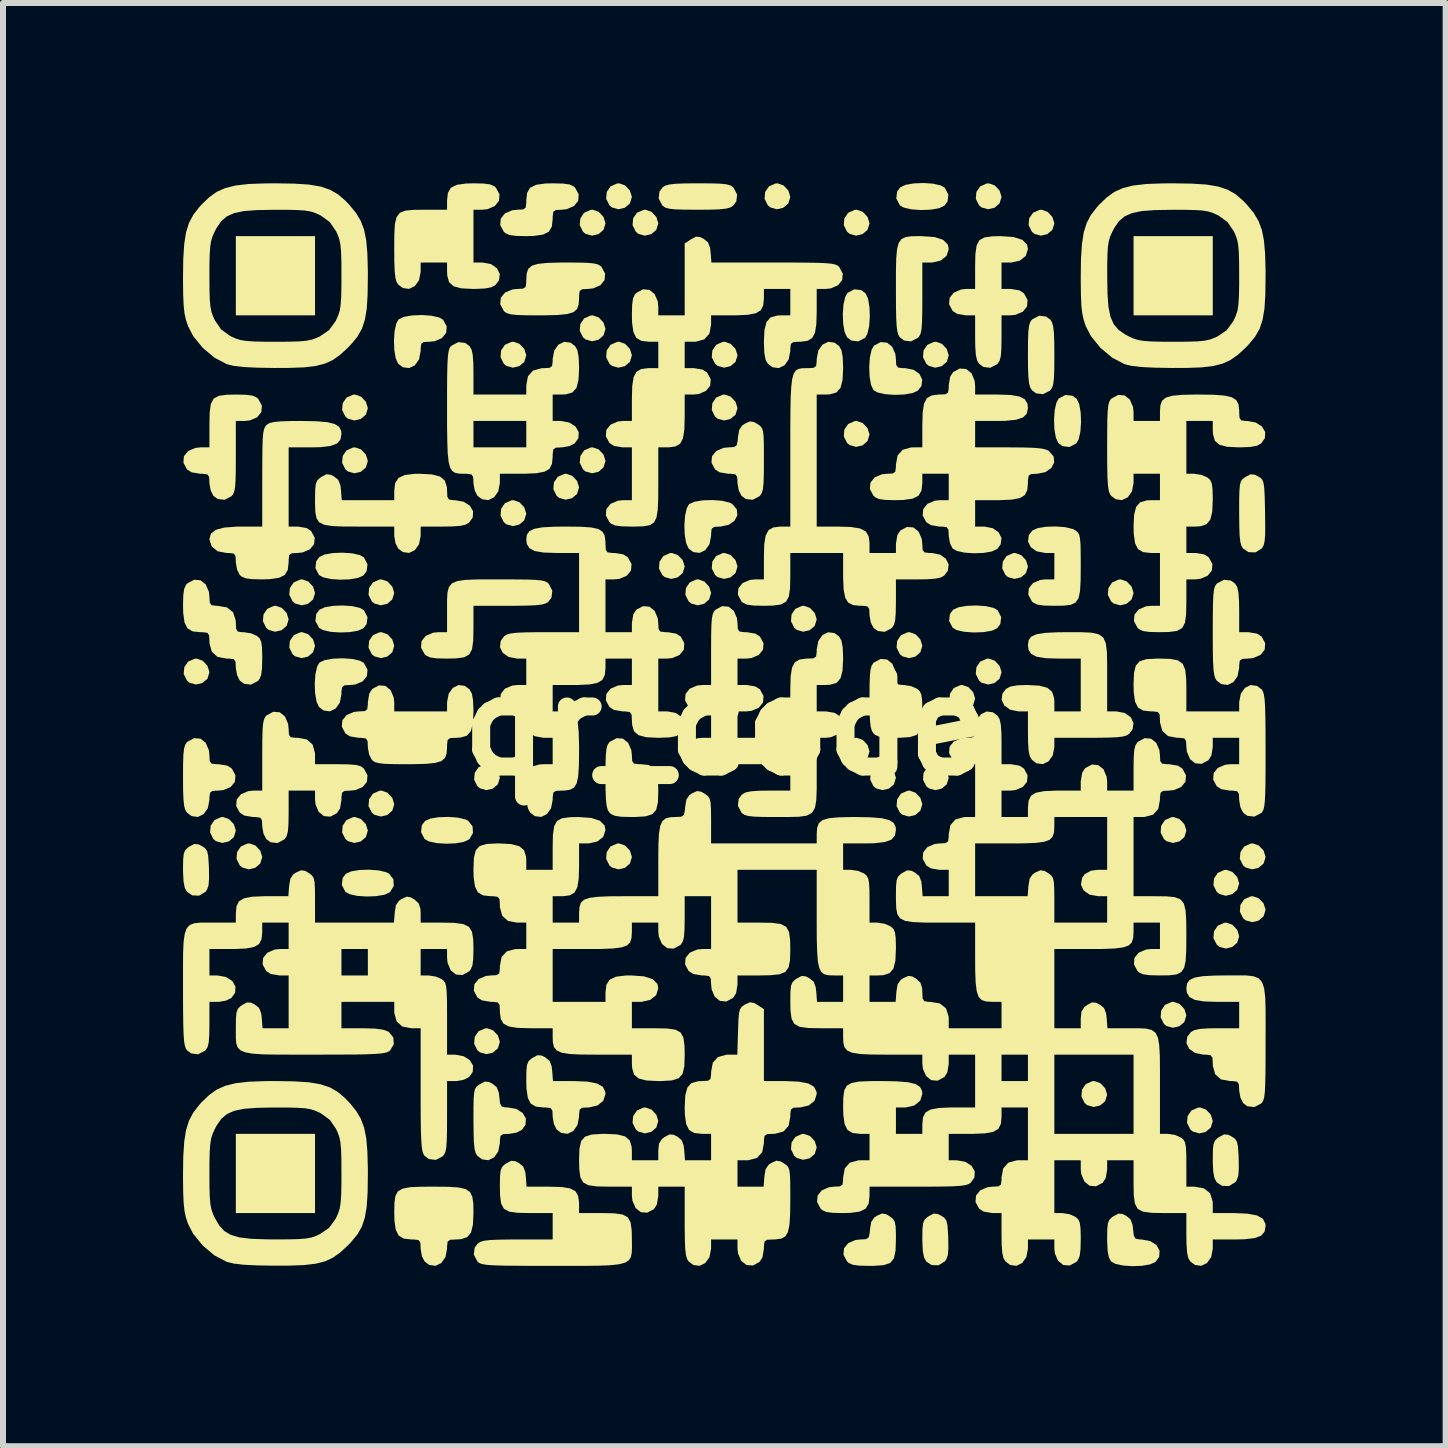
<source format=kicad_pcb>
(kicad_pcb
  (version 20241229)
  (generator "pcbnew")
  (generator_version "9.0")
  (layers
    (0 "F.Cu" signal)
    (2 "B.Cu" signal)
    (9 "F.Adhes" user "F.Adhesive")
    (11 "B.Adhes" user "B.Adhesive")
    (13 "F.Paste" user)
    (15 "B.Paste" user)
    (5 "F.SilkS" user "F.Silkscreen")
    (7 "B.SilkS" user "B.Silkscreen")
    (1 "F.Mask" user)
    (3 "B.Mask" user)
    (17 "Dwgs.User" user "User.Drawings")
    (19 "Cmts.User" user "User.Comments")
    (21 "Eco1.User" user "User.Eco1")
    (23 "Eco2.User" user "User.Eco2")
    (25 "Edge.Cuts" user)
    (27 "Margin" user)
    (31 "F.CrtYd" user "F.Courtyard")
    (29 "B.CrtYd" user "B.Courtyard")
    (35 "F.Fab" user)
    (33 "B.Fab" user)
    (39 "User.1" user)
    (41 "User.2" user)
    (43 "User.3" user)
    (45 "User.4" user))
  (footprint "qr_code"
    (layer "F.Cu")
    (at 9.04 9.045)
    (property "Reference" "qr_code" (at 0 0 0) (layer "F.SilkS") (effects (font (size 1.5 1.5) (thickness 0.3))))
    (attr board_only exclude_from_pos_files exclude_from_bom)
    (fp_poly (pts (xy -6.84 -7.5) (xy -6.84 -6.84) (xy -7.5 -6.84) (xy -8.16 -6.84) (xy -8.16 -7.5) (xy -8.16 -8.16) (xy -7.5 -8.16) (xy -6.84 -8.16)) (stroke (width 0) (type solid)) (fill yes) (layer "F.SilkS"))
    (fp_poly (pts (xy -6.84 7.46) (xy -6.84 8.12) (xy -7.5 8.12) (xy -8.16 8.12) (xy -8.16 7.46) (xy -8.16 6.8) (xy -7.5 6.8) (xy -6.84 6.8)) (stroke (width 0) (type solid)) (fill yes) (layer "F.SilkS"))
    (fp_poly (pts (xy 8.12 -7.5) (xy 8.12 -6.84) (xy 7.46 -6.84) (xy 6.8 -6.84) (xy 6.8 -7.5) (xy 6.8 -8.16) (xy 7.46 -8.16) (xy 8.12 -8.16)) (stroke (width 0) (type solid)) (fill yes) (layer "F.SilkS"))
    (fp_poly (pts (xy -8.713 -1.085) (xy -8.633 -1) (xy -8.6 -0.894) (xy -8.6 -0.893) (xy -8.633 -0.785) (xy -8.717 -0.713) (xy -8.825 -0.688) (xy -8.932 -0.718) (xy -8.974 -0.753) (xy -9.029 -0.863) (xy -9.019 -0.976) (xy -8.956 -1.069) (xy -8.848 -1.117) (xy -8.813 -1.12)) (stroke (width 0) (type solid)) (fill yes) (layer "F.SilkS"))
    (fp_poly (pts (xy -8.273 1.555) (xy -8.193 1.64) (xy -8.16 1.746) (xy -8.16 1.747) (xy -8.193 1.855) (xy -8.277 1.927) (xy -8.385 1.952) (xy -8.492 1.922) (xy -8.534 1.887) (xy -8.589 1.777) (xy -8.579 1.664) (xy -8.516 1.571) (xy -8.408 1.523) (xy -8.373 1.52)) (stroke (width 0) (type solid)) (fill yes) (layer "F.SilkS"))
    (fp_poly (pts (xy -7.833 1.995) (xy -7.753 2.08) (xy -7.72 2.186) (xy -7.72 2.187) (xy -7.753 2.295) (xy -7.837 2.367) (xy -7.945 2.392) (xy -8.052 2.362) (xy -8.094 2.327) (xy -8.149 2.217) (xy -8.139 2.104) (xy -8.076 2.011) (xy -7.968 1.963) (xy -7.933 1.96)) (stroke (width 0) (type solid)) (fill yes) (layer "F.SilkS"))
    (fp_poly (pts (xy -7.393 -1.965) (xy -7.313 -1.88) (xy -7.28 -1.774) (xy -7.28 -1.773) (xy -7.313 -1.665) (xy -7.397 -1.593) (xy -7.505 -1.568) (xy -7.612 -1.598) (xy -7.654 -1.633) (xy -7.709 -1.743) (xy -7.699 -1.856) (xy -7.636 -1.949) (xy -7.528 -1.997) (xy -7.493 -2)) (stroke (width 0) (type solid)) (fill yes) (layer "F.SilkS"))
    (fp_poly (pts (xy -6.953 -2.405) (xy -6.873 -2.32) (xy -6.84 -2.214) (xy -6.84 -2.213) (xy -6.873 -2.105) (xy -6.957 -2.033) (xy -7.065 -2.008) (xy -7.172 -2.038) (xy -7.214 -2.073) (xy -7.269 -2.183) (xy -7.259 -2.296) (xy -7.196 -2.389) (xy -7.088 -2.437) (xy -7.053 -2.44)) (stroke (width 0) (type solid)) (fill yes) (layer "F.SilkS"))
    (fp_poly (pts (xy -6.953 -1.525) (xy -6.873 -1.44) (xy -6.84 -1.334) (xy -6.84 -1.333) (xy -6.873 -1.225) (xy -6.957 -1.153) (xy -7.065 -1.128) (xy -7.172 -1.158) (xy -7.214 -1.193) (xy -7.269 -1.303) (xy -7.259 -1.416) (xy -7.196 -1.509) (xy -7.088 -1.557) (xy -7.053 -1.56)) (stroke (width 0) (type solid)) (fill yes) (layer "F.SilkS"))
    (fp_poly (pts (xy -6.073 -5.485) (xy -5.993 -5.4) (xy -5.96 -5.294) (xy -5.96 -5.293) (xy -5.993 -5.185) (xy -6.077 -5.113) (xy -6.185 -5.088) (xy -6.292 -5.118) (xy -6.334 -5.153) (xy -6.389 -5.263) (xy -6.379 -5.376) (xy -6.316 -5.469) (xy -6.208 -5.517) (xy -6.173 -5.52)) (stroke (width 0) (type solid)) (fill yes) (layer "F.SilkS"))
    (fp_poly (pts (xy -6.073 -4.605) (xy -5.993 -4.52) (xy -5.96 -4.414) (xy -5.96 -4.413) (xy -5.993 -4.305) (xy -6.077 -4.233) (xy -6.185 -4.208) (xy -6.292 -4.238) (xy -6.334 -4.273) (xy -6.389 -4.383) (xy -6.379 -4.496) (xy -6.316 -4.589) (xy -6.208 -4.637) (xy -6.173 -4.64)) (stroke (width 0) (type solid)) (fill yes) (layer "F.SilkS"))
    (fp_poly (pts (xy -6.073 1.555) (xy -5.993 1.64) (xy -5.96 1.746) (xy -5.96 1.747) (xy -5.993 1.855) (xy -6.077 1.927) (xy -6.185 1.952) (xy -6.292 1.922) (xy -6.334 1.887) (xy -6.389 1.777) (xy -6.379 1.664) (xy -6.316 1.571) (xy -6.208 1.523) (xy -6.173 1.52)) (stroke (width 0) (type solid)) (fill yes) (layer "F.SilkS"))
    (fp_poly (pts (xy -5.633 -2.405) (xy -5.553 -2.32) (xy -5.52 -2.214) (xy -5.52 -2.213) (xy -5.553 -2.105) (xy -5.637 -2.033) (xy -5.745 -2.008) (xy -5.852 -2.038) (xy -5.894 -2.073) (xy -5.949 -2.183) (xy -5.939 -2.296) (xy -5.876 -2.389) (xy -5.768 -2.437) (xy -5.733 -2.44)) (stroke (width 0) (type solid)) (fill yes) (layer "F.SilkS"))
    (fp_poly (pts (xy -5.633 -1.525) (xy -5.553 -1.44) (xy -5.52 -1.334) (xy -5.52 -1.333) (xy -5.553 -1.225) (xy -5.637 -1.153) (xy -5.745 -1.128) (xy -5.852 -1.158) (xy -5.894 -1.193) (xy -5.949 -1.303) (xy -5.939 -1.416) (xy -5.876 -1.509) (xy -5.768 -1.557) (xy -5.733 -1.56)) (stroke (width 0) (type solid)) (fill yes) (layer "F.SilkS"))
    (fp_poly (pts (xy -5.633 1.115) (xy -5.553 1.2) (xy -5.52 1.306) (xy -5.52 1.307) (xy -5.553 1.415) (xy -5.637 1.487) (xy -5.745 1.512) (xy -5.852 1.482) (xy -5.894 1.447) (xy -5.949 1.337) (xy -5.939 1.224) (xy -5.876 1.131) (xy -5.768 1.083) (xy -5.733 1.08)) (stroke (width 0) (type solid)) (fill yes) (layer "F.SilkS"))
    (fp_poly (pts (xy -3.873 0.675) (xy -3.793 0.76) (xy -3.76 0.866) (xy -3.76 0.867) (xy -3.793 0.975) (xy -3.877 1.047) (xy -3.985 1.072) (xy -4.092 1.042) (xy -4.134 1.007) (xy -4.189 0.897) (xy -4.179 0.784) (xy -4.116 0.691) (xy -4.008 0.643) (xy -3.973 0.64)) (stroke (width 0) (type solid)) (fill yes) (layer "F.SilkS"))
    (fp_poly (pts (xy -3.873 5.075) (xy -3.793 5.16) (xy -3.76 5.266) (xy -3.76 5.267) (xy -3.793 5.375) (xy -3.877 5.447) (xy -3.985 5.472) (xy -4.092 5.442) (xy -4.134 5.407) (xy -4.189 5.297) (xy -4.179 5.184) (xy -4.116 5.091) (xy -4.008 5.043) (xy -3.973 5.04)) (stroke (width 0) (type solid)) (fill yes) (layer "F.SilkS"))
    (fp_poly (pts (xy -3.433 -6.365) (xy -3.353 -6.28) (xy -3.32 -6.174) (xy -3.32 -6.173) (xy -3.353 -6.065) (xy -3.437 -5.993) (xy -3.545 -5.968) (xy -3.652 -5.998) (xy -3.694 -6.033) (xy -3.749 -6.143) (xy -3.739 -6.256) (xy -3.676 -6.349) (xy -3.568 -6.397) (xy -3.533 -6.4)) (stroke (width 0) (type solid)) (fill yes) (layer "F.SilkS"))
    (fp_poly (pts (xy -3.433 -3.725) (xy -3.353 -3.64) (xy -3.32 -3.534) (xy -3.32 -3.533) (xy -3.353 -3.425) (xy -3.437 -3.353) (xy -3.545 -3.328) (xy -3.652 -3.358) (xy -3.694 -3.393) (xy -3.749 -3.503) (xy -3.739 -3.616) (xy -3.676 -3.709) (xy -3.568 -3.757) (xy -3.533 -3.76)) (stroke (width 0) (type solid)) (fill yes) (layer "F.SilkS"))
    (fp_poly (pts (xy -2.553 -4.165) (xy -2.473 -4.08) (xy -2.44 -3.974) (xy -2.44 -3.973) (xy -2.473 -3.865) (xy -2.557 -3.793) (xy -2.665 -3.768) (xy -2.772 -3.798) (xy -2.814 -3.833) (xy -2.869 -3.943) (xy -2.859 -4.056) (xy -2.796 -4.149) (xy -2.688 -4.197) (xy -2.653 -4.2)) (stroke (width 0) (type solid)) (fill yes) (layer "F.SilkS"))
    (fp_poly (pts (xy -2.113 -8.565) (xy -2.033 -8.48) (xy -2 -8.374) (xy -2 -8.373) (xy -2.033 -8.265) (xy -2.117 -8.193) (xy -2.225 -8.168) (xy -2.332 -8.198) (xy -2.374 -8.233) (xy -2.429 -8.343) (xy -2.419 -8.456) (xy -2.356 -8.549) (xy -2.248 -8.597) (xy -2.213 -8.6)) (stroke (width 0) (type solid)) (fill yes) (layer "F.SilkS"))
    (fp_poly (pts (xy -2.113 -6.805) (xy -2.033 -6.72) (xy -2 -6.614) (xy -2 -6.613) (xy -2.033 -6.505) (xy -2.117 -6.433) (xy -2.225 -6.408) (xy -2.332 -6.438) (xy -2.374 -6.473) (xy -2.429 -6.583) (xy -2.419 -6.696) (xy -2.356 -6.789) (xy -2.248 -6.837) (xy -2.213 -6.84)) (stroke (width 0) (type solid)) (fill yes) (layer "F.SilkS"))
    (fp_poly (pts (xy -2.113 -4.605) (xy -2.033 -4.52) (xy -2 -4.414) (xy -2 -4.413) (xy -2.033 -4.305) (xy -2.117 -4.233) (xy -2.225 -4.208) (xy -2.332 -4.238) (xy -2.374 -4.273) (xy -2.429 -4.383) (xy -2.419 -4.496) (xy -2.356 -4.589) (xy -2.248 -4.637) (xy -2.213 -4.64)) (stroke (width 0) (type solid)) (fill yes) (layer "F.SilkS"))
    (fp_poly (pts (xy -1.673 -9.005) (xy -1.593 -8.92) (xy -1.56 -8.814) (xy -1.56 -8.813) (xy -1.593 -8.705) (xy -1.677 -8.633) (xy -1.785 -8.608) (xy -1.892 -8.638) (xy -1.934 -8.673) (xy -1.989 -8.783) (xy -1.979 -8.896) (xy -1.916 -8.989) (xy -1.808 -9.037) (xy -1.773 -9.04)) (stroke (width 0) (type solid)) (fill yes) (layer "F.SilkS"))
    (fp_poly (pts (xy -1.673 -6.365) (xy -1.593 -6.28) (xy -1.56 -6.174) (xy -1.56 -6.173) (xy -1.593 -6.065) (xy -1.677 -5.993) (xy -1.785 -5.968) (xy -1.892 -5.998) (xy -1.934 -6.033) (xy -1.989 -6.143) (xy -1.979 -6.256) (xy -1.916 -6.349) (xy -1.808 -6.397) (xy -1.773 -6.4)) (stroke (width 0) (type solid)) (fill yes) (layer "F.SilkS"))
    (fp_poly (pts (xy -1.673 1.995) (xy -1.593 2.08) (xy -1.56 2.186) (xy -1.56 2.187) (xy -1.593 2.295) (xy -1.677 2.367) (xy -1.785 2.392) (xy -1.892 2.362) (xy -1.934 2.327) (xy -1.989 2.217) (xy -1.979 2.104) (xy -1.916 2.011) (xy -1.808 1.963) (xy -1.773 1.96)) (stroke (width 0) (type solid)) (fill yes) (layer "F.SilkS"))
    (fp_poly (pts (xy -1.233 -8.565) (xy -1.153 -8.48) (xy -1.12 -8.374) (xy -1.12 -8.373) (xy -1.153 -8.265) (xy -1.237 -8.193) (xy -1.345 -8.168) (xy -1.452 -8.198) (xy -1.494 -8.233) (xy -1.549 -8.343) (xy -1.539 -8.456) (xy -1.476 -8.549) (xy -1.368 -8.597) (xy -1.333 -8.6)) (stroke (width 0) (type solid)) (fill yes) (layer "F.SilkS"))
    (fp_poly (pts (xy -1.233 6.395) (xy -1.153 6.48) (xy -1.12 6.586) (xy -1.12 6.587) (xy -1.153 6.695) (xy -1.237 6.767) (xy -1.345 6.792) (xy -1.452 6.762) (xy -1.494 6.727) (xy -1.549 6.617) (xy -1.539 6.504) (xy -1.476 6.411) (xy -1.368 6.363) (xy -1.333 6.36)) (stroke (width 0) (type solid)) (fill yes) (layer "F.SilkS"))
    (fp_poly (pts (xy -0.793 -2.845) (xy -0.713 -2.76) (xy -0.68 -2.654) (xy -0.68 -2.653) (xy -0.713 -2.545) (xy -0.797 -2.473) (xy -0.905 -2.448) (xy -1.012 -2.478) (xy -1.054 -2.513) (xy -1.109 -2.623) (xy -1.099 -2.736) (xy -1.036 -2.829) (xy -0.928 -2.877) (xy -0.893 -2.88)) (stroke (width 0) (type solid)) (fill yes) (layer "F.SilkS"))
    (fp_poly (pts (xy -0.353 -2.405) (xy -0.273 -2.32) (xy -0.24 -2.214) (xy -0.24 -2.213) (xy -0.273 -2.105) (xy -0.357 -2.033) (xy -0.465 -2.008) (xy -0.572 -2.038) (xy -0.614 -2.073) (xy -0.669 -2.183) (xy -0.659 -2.296) (xy -0.596 -2.389) (xy -0.488 -2.437) (xy -0.453 -2.44)) (stroke (width 0) (type solid)) (fill yes) (layer "F.SilkS"))
    (fp_poly (pts (xy 0.087 -6.365) (xy 0.167 -6.28) (xy 0.2 -6.174) (xy 0.2 -6.173) (xy 0.167 -6.065) (xy 0.083 -5.993) (xy -0.025 -5.968) (xy -0.132 -5.998) (xy -0.174 -6.033) (xy -0.229 -6.143) (xy -0.219 -6.256) (xy -0.156 -6.349) (xy -0.048 -6.397) (xy -0.013 -6.4)) (stroke (width 0) (type solid)) (fill yes) (layer "F.SilkS"))
    (fp_poly (pts (xy 0.087 -5.485) (xy 0.167 -5.4) (xy 0.2 -5.294) (xy 0.2 -5.293) (xy 0.167 -5.185) (xy 0.083 -5.113) (xy -0.025 -5.088) (xy -0.132 -5.118) (xy -0.174 -5.153) (xy -0.229 -5.263) (xy -0.219 -5.376) (xy -0.156 -5.469) (xy -0.048 -5.517) (xy -0.013 -5.52)) (stroke (width 0) (type solid)) (fill yes) (layer "F.SilkS"))
    (fp_poly (pts (xy 0.087 -2.845) (xy 0.167 -2.76) (xy 0.2 -2.654) (xy 0.2 -2.653) (xy 0.167 -2.545) (xy 0.083 -2.473) (xy -0.025 -2.448) (xy -0.132 -2.478) (xy -0.174 -2.513) (xy -0.229 -2.623) (xy -0.219 -2.736) (xy -0.156 -2.829) (xy -0.048 -2.877) (xy -0.013 -2.88)) (stroke (width 0) (type solid)) (fill yes) (layer "F.SilkS"))
    (fp_poly (pts (xy 0.967 -9.005) (xy 1.047 -8.92) (xy 1.08 -8.814) (xy 1.08 -8.813) (xy 1.047 -8.705) (xy 0.963 -8.633) (xy 0.855 -8.608) (xy 0.748 -8.638) (xy 0.706 -8.673) (xy 0.651 -8.783) (xy 0.661 -8.896) (xy 0.724 -8.989) (xy 0.832 -9.037) (xy 0.867 -9.04)) (stroke (width 0) (type solid)) (fill yes) (layer "F.SilkS"))
    (fp_poly (pts (xy 1.407 -1.965) (xy 1.487 -1.88) (xy 1.52 -1.774) (xy 1.52 -1.773) (xy 1.487 -1.665) (xy 1.403 -1.593) (xy 1.295 -1.568) (xy 1.188 -1.598) (xy 1.146 -1.633) (xy 1.091 -1.743) (xy 1.101 -1.856) (xy 1.164 -1.949) (xy 1.272 -1.997) (xy 1.307 -2)) (stroke (width 0) (type solid)) (fill yes) (layer "F.SilkS"))
    (fp_poly (pts (xy 1.407 6.835) (xy 1.487 6.92) (xy 1.52 7.026) (xy 1.52 7.027) (xy 1.487 7.135) (xy 1.403 7.207) (xy 1.295 7.232) (xy 1.188 7.202) (xy 1.146 7.167) (xy 1.091 7.057) (xy 1.101 6.944) (xy 1.164 6.851) (xy 1.272 6.803) (xy 1.307 6.8)) (stroke (width 0) (type solid)) (fill yes) (layer "F.SilkS"))
    (fp_poly (pts (xy 2.287 -8.565) (xy 2.367 -8.48) (xy 2.4 -8.374) (xy 2.4 -8.373) (xy 2.367 -8.265) (xy 2.283 -8.193) (xy 2.175 -8.168) (xy 2.068 -8.198) (xy 2.026 -8.233) (xy 1.971 -8.343) (xy 1.981 -8.456) (xy 2.044 -8.549) (xy 2.152 -8.597) (xy 2.187 -8.6)) (stroke (width 0) (type solid)) (fill yes) (layer "F.SilkS"))
    (fp_poly (pts (xy 2.287 -5.045) (xy 2.367 -4.96) (xy 2.4 -4.854) (xy 2.4 -4.853) (xy 2.367 -4.745) (xy 2.283 -4.673) (xy 2.175 -4.648) (xy 2.068 -4.678) (xy 2.026 -4.713) (xy 1.971 -4.823) (xy 1.981 -4.936) (xy 2.044 -5.029) (xy 2.152 -5.077) (xy 2.187 -5.08)) (stroke (width 0) (type solid)) (fill yes) (layer "F.SilkS"))
    (fp_poly (pts (xy 2.287 0.235) (xy 2.367 0.32) (xy 2.4 0.426) (xy 2.4 0.427) (xy 2.367 0.535) (xy 2.283 0.607) (xy 2.175 0.632) (xy 2.068 0.602) (xy 2.026 0.567) (xy 1.971 0.457) (xy 1.981 0.344) (xy 2.044 0.251) (xy 2.152 0.203) (xy 2.187 0.2)) (stroke (width 0) (type solid)) (fill yes) (layer "F.SilkS"))
    (fp_poly (pts (xy 2.727 0.675) (xy 2.807 0.76) (xy 2.84 0.866) (xy 2.84 0.867) (xy 2.807 0.975) (xy 2.723 1.047) (xy 2.615 1.072) (xy 2.508 1.042) (xy 2.466 1.007) (xy 2.411 0.897) (xy 2.421 0.784) (xy 2.484 0.691) (xy 2.592 0.643) (xy 2.627 0.64)) (stroke (width 0) (type solid)) (fill yes) (layer "F.SilkS"))
    (fp_poly (pts (xy 3.167 -1.525) (xy 3.247 -1.44) (xy 3.28 -1.334) (xy 3.28 -1.333) (xy 3.247 -1.225) (xy 3.163 -1.153) (xy 3.055 -1.128) (xy 2.948 -1.158) (xy 2.906 -1.193) (xy 2.851 -1.303) (xy 2.861 -1.416) (xy 2.924 -1.509) (xy 3.032 -1.557) (xy 3.067 -1.56)) (stroke (width 0) (type solid)) (fill yes) (layer "F.SilkS"))
    (fp_poly (pts (xy 3.167 1.115) (xy 3.247 1.2) (xy 3.28 1.306) (xy 3.28 1.307) (xy 3.247 1.415) (xy 3.163 1.487) (xy 3.055 1.512) (xy 2.948 1.482) (xy 2.906 1.447) (xy 2.851 1.337) (xy 2.861 1.224) (xy 2.924 1.131) (xy 3.032 1.083) (xy 3.067 1.08)) (stroke (width 0) (type solid)) (fill yes) (layer "F.SilkS"))
    (fp_poly (pts (xy 3.607 -6.365) (xy 3.687 -6.28) (xy 3.72 -6.174) (xy 3.72 -6.173) (xy 3.687 -6.065) (xy 3.603 -5.993) (xy 3.495 -5.968) (xy 3.388 -5.998) (xy 3.346 -6.033) (xy 3.291 -6.143) (xy 3.301 -6.256) (xy 3.364 -6.349) (xy 3.472 -6.397) (xy 3.507 -6.4)) (stroke (width 0) (type solid)) (fill yes) (layer "F.SilkS"))
    (fp_poly (pts (xy 3.607 0.675) (xy 3.687 0.76) (xy 3.72 0.866) (xy 3.72 0.867) (xy 3.687 0.975) (xy 3.603 1.047) (xy 3.495 1.072) (xy 3.388 1.042) (xy 3.346 1.007) (xy 3.291 0.897) (xy 3.301 0.784) (xy 3.364 0.691) (xy 3.472 0.643) (xy 3.507 0.64)) (stroke (width 0) (type solid)) (fill yes) (layer "F.SilkS"))
    (fp_poly (pts (xy 4.047 -0.645) (xy 4.127 -0.56) (xy 4.16 -0.454) (xy 4.16 -0.453) (xy 4.127 -0.345) (xy 4.043 -0.273) (xy 3.935 -0.248) (xy 3.828 -0.278) (xy 3.786 -0.313) (xy 3.731 -0.423) (xy 3.741 -0.536) (xy 3.804 -0.629) (xy 3.912 -0.677) (xy 3.947 -0.68)) (stroke (width 0) (type solid)) (fill yes) (layer "F.SilkS"))
    (fp_poly (pts (xy 4.487 -9.005) (xy 4.567 -8.92) (xy 4.6 -8.814) (xy 4.6 -8.813) (xy 4.567 -8.705) (xy 4.483 -8.633) (xy 4.375 -8.608) (xy 4.268 -8.638) (xy 4.226 -8.673) (xy 4.171 -8.783) (xy 4.181 -8.896) (xy 4.244 -8.989) (xy 4.352 -9.037) (xy 4.387 -9.04)) (stroke (width 0) (type solid)) (fill yes) (layer "F.SilkS"))
    (fp_poly (pts (xy 4.487 -1.085) (xy 4.567 -1) (xy 4.6 -0.894) (xy 4.6 -0.893) (xy 4.567 -0.785) (xy 4.483 -0.713) (xy 4.375 -0.688) (xy 4.268 -0.718) (xy 4.226 -0.753) (xy 4.171 -0.863) (xy 4.181 -0.976) (xy 4.244 -1.069) (xy 4.352 -1.117) (xy 4.387 -1.12)) (stroke (width 0) (type solid)) (fill yes) (layer "F.SilkS"))
    (fp_poly (pts (xy 4.927 -2.845) (xy 5.007 -2.76) (xy 5.04 -2.654) (xy 5.04 -2.653) (xy 5.007 -2.545) (xy 4.923 -2.473) (xy 4.815 -2.448) (xy 4.708 -2.478) (xy 4.666 -2.513) (xy 4.611 -2.623) (xy 4.621 -2.736) (xy 4.684 -2.829) (xy 4.792 -2.877) (xy 4.827 -2.88)) (stroke (width 0) (type solid)) (fill yes) (layer "F.SilkS"))
    (fp_poly (pts (xy 5.367 -8.565) (xy 5.447 -8.48) (xy 5.48 -8.374) (xy 5.48 -8.373) (xy 5.447 -8.265) (xy 5.363 -8.193) (xy 5.255 -8.168) (xy 5.148 -8.198) (xy 5.106 -8.233) (xy 5.051 -8.343) (xy 5.061 -8.456) (xy 5.124 -8.549) (xy 5.232 -8.597) (xy 5.267 -8.6)) (stroke (width 0) (type solid)) (fill yes) (layer "F.SilkS"))
    (fp_poly (pts (xy 6.247 5.955) (xy 6.327 6.04) (xy 6.36 6.146) (xy 6.36 6.147) (xy 6.327 6.255) (xy 6.243 6.327) (xy 6.135 6.352) (xy 6.028 6.322) (xy 5.986 6.287) (xy 5.931 6.177) (xy 5.941 6.064) (xy 6.004 5.971) (xy 6.112 5.923) (xy 6.147 5.92)) (stroke (width 0) (type solid)) (fill yes) (layer "F.SilkS"))
    (fp_poly (pts (xy 6.687 -2.405) (xy 6.767 -2.32) (xy 6.8 -2.214) (xy 6.8 -2.213) (xy 6.767 -2.105) (xy 6.683 -2.033) (xy 6.575 -2.008) (xy 6.468 -2.038) (xy 6.426 -2.073) (xy 6.371 -2.183) (xy 6.381 -2.296) (xy 6.444 -2.389) (xy 6.552 -2.437) (xy 6.587 -2.44)) (stroke (width 0) (type solid)) (fill yes) (layer "F.SilkS"))
    (fp_poly (pts (xy 7.567 1.555) (xy 7.647 1.64) (xy 7.68 1.746) (xy 7.68 1.747) (xy 7.647 1.855) (xy 7.563 1.927) (xy 7.455 1.952) (xy 7.348 1.922) (xy 7.306 1.887) (xy 7.251 1.777) (xy 7.261 1.664) (xy 7.324 1.571) (xy 7.432 1.523) (xy 7.467 1.52)) (stroke (width 0) (type solid)) (fill yes) (layer "F.SilkS"))
    (fp_poly (pts (xy 7.567 4.635) (xy 7.647 4.72) (xy 7.68 4.826) (xy 7.68 4.827) (xy 7.647 4.935) (xy 7.563 5.007) (xy 7.455 5.032) (xy 7.348 5.002) (xy 7.306 4.967) (xy 7.251 4.857) (xy 7.261 4.744) (xy 7.324 4.651) (xy 7.432 4.603) (xy 7.467 4.6)) (stroke (width 0) (type solid)) (fill yes) (layer "F.SilkS"))
    (fp_poly (pts (xy 8.007 6.395) (xy 8.087 6.48) (xy 8.12 6.586) (xy 8.12 6.587) (xy 8.087 6.695) (xy 8.003 6.767) (xy 7.895 6.792) (xy 7.788 6.762) (xy 7.746 6.727) (xy 7.691 6.617) (xy 7.701 6.504) (xy 7.764 6.411) (xy 7.872 6.363) (xy 7.907 6.36)) (stroke (width 0) (type solid)) (fill yes) (layer "F.SilkS"))
    (fp_poly (pts (xy 8.447 2.435) (xy 8.527 2.52) (xy 8.56 2.626) (xy 8.56 2.627) (xy 8.527 2.735) (xy 8.443 2.807) (xy 8.335 2.832) (xy 8.228 2.802) (xy 8.186 2.767) (xy 8.131 2.657) (xy 8.141 2.544) (xy 8.204 2.451) (xy 8.312 2.403) (xy 8.347 2.4)) (stroke (width 0) (type solid)) (fill yes) (layer "F.SilkS"))
    (fp_poly (pts (xy 8.447 3.315) (xy 8.527 3.4) (xy 8.56 3.506) (xy 8.56 3.507) (xy 8.527 3.615) (xy 8.443 3.687) (xy 8.335 3.712) (xy 8.228 3.682) (xy 8.186 3.647) (xy 8.131 3.537) (xy 8.141 3.424) (xy 8.204 3.331) (xy 8.312 3.283) (xy 8.347 3.28)) (stroke (width 0) (type solid)) (fill yes) (layer "F.SilkS"))
    (fp_poly (pts (xy 8.887 1.995) (xy 8.967 2.08) (xy 9 2.186) (xy 9 2.187) (xy 8.967 2.295) (xy 8.883 2.367) (xy 8.775 2.392) (xy 8.668 2.362) (xy 8.626 2.327) (xy 8.571 2.217) (xy 8.581 2.104) (xy 8.644 2.011) (xy 8.752 1.963) (xy 8.787 1.96)) (stroke (width 0) (type solid)) (fill yes) (layer "F.SilkS"))
    (fp_poly (pts (xy 8.887 2.875) (xy 8.967 2.96) (xy 9 3.066) (xy 9 3.067) (xy 8.967 3.175) (xy 8.883 3.247) (xy 8.775 3.272) (xy 8.668 3.242) (xy 8.626 3.207) (xy 8.571 3.097) (xy 8.581 2.984) (xy 8.644 2.891) (xy 8.752 2.843) (xy 8.787 2.84)) (stroke (width 0) (type solid)) (fill yes) (layer "F.SilkS"))
    (fp_poly (pts (xy -6.221 -2.874) (xy -6.093 -2.845) (xy -6.026 -2.807) (xy -5.966 -2.692) (xy -5.98 -2.577) (xy -6.033 -2.506) (xy -6.122 -2.465) (xy -6.261 -2.441) (xy -6.421 -2.435) (xy -6.579 -2.446) (xy -6.707 -2.475) (xy -6.774 -2.513) (xy -6.834 -2.628) (xy -6.82 -2.743) (xy -6.767 -2.814) (xy -6.678 -2.855) (xy -6.539 -2.879) (xy -6.379 -2.885)) (stroke (width 0) (type solid)) (fill yes) (layer "F.SilkS"))
    (fp_poly (pts (xy -6.221 -1.994) (xy -6.093 -1.965) (xy -6.026 -1.927) (xy -5.966 -1.812) (xy -5.98 -1.697) (xy -6.033 -1.626) (xy -6.122 -1.585) (xy -6.261 -1.561) (xy -6.421 -1.555) (xy -6.579 -1.566) (xy -6.707 -1.595) (xy -6.774 -1.633) (xy -6.834 -1.748) (xy -6.82 -1.863) (xy -6.767 -1.934) (xy -6.678 -1.975) (xy -6.539 -1.999) (xy -6.379 -2.005)) (stroke (width 0) (type solid)) (fill yes) (layer "F.SilkS"))
    (fp_poly (pts (xy 2.263 -7.26) (xy 2.334 -7.207) (xy 2.375 -7.118) (xy 2.399 -6.979) (xy 2.405 -6.819) (xy 2.394 -6.661) (xy 2.365 -6.533) (xy 2.327 -6.466) (xy 2.212 -6.406) (xy 2.097 -6.42) (xy 2.026 -6.473) (xy 1.985 -6.562) (xy 1.961 -6.701) (xy 1.955 -6.861) (xy 1.966 -7.019) (xy 1.995 -7.147) (xy 2.033 -7.214) (xy 2.148 -7.274)) (stroke (width 0) (type solid)) (fill yes) (layer "F.SilkS"))
    (fp_poly (pts (xy 3.459 -9.034) (xy 3.587 -9.005) (xy 3.654 -8.967) (xy 3.714 -8.852) (xy 3.7 -8.737) (xy 3.647 -8.666) (xy 3.558 -8.625) (xy 3.419 -8.601) (xy 3.259 -8.595) (xy 3.101 -8.606) (xy 2.973 -8.635) (xy 2.906 -8.673) (xy 2.846 -8.788) (xy 2.86 -8.903) (xy 2.913 -8.974) (xy 3.002 -9.015) (xy 3.141 -9.039) (xy 3.301 -9.045)) (stroke (width 0) (type solid)) (fill yes) (layer "F.SilkS"))
    (fp_poly (pts (xy 4.339 -1.994) (xy 4.467 -1.965) (xy 4.534 -1.927) (xy 4.594 -1.812) (xy 4.58 -1.697) (xy 4.527 -1.626) (xy 4.438 -1.585) (xy 4.299 -1.561) (xy 4.139 -1.555) (xy 3.981 -1.566) (xy 3.853 -1.595) (xy 3.786 -1.633) (xy 3.726 -1.748) (xy 3.74 -1.863) (xy 3.793 -1.934) (xy 3.882 -1.975) (xy 4.021 -1.999) (xy 4.181 -2.005)) (stroke (width 0) (type solid)) (fill yes) (layer "F.SilkS"))
    (fp_poly (pts (xy 5.783 -5.5) (xy 5.854 -5.447) (xy 5.895 -5.358) (xy 5.919 -5.219) (xy 5.925 -5.059) (xy 5.914 -4.901) (xy 5.885 -4.773) (xy 5.847 -4.706) (xy 5.732 -4.646) (xy 5.617 -4.66) (xy 5.546 -4.713) (xy 5.505 -4.802) (xy 5.481 -4.941) (xy 5.475 -5.101) (xy 5.486 -5.259) (xy 5.515 -5.387) (xy 5.553 -5.454) (xy 5.668 -5.514)) (stroke (width 0) (type solid)) (fill yes) (layer "F.SilkS"))
    (fp_poly (pts (xy -5.778 2.41) (xy -5.651 2.441) (xy -5.609 2.462) (xy -5.535 2.555) (xy -5.528 2.667) (xy -5.59 2.771) (xy -5.593 2.774) (xy -5.682 2.815) (xy -5.821 2.839) (xy -5.981 2.845) (xy -6.139 2.834) (xy -6.267 2.805) (xy -6.334 2.767) (xy -6.394 2.652) (xy -6.38 2.537) (xy -6.327 2.466) (xy -6.238 2.426) (xy -6.099 2.403) (xy -5.936 2.398)) (stroke (width 0) (type solid)) (fill yes) (layer "F.SilkS"))
    (fp_poly (pts (xy -4.458 1.53) (xy -4.331 1.561) (xy -4.289 1.582) (xy -4.215 1.675) (xy -4.208 1.787) (xy -4.27 1.891) (xy -4.273 1.894) (xy -4.362 1.935) (xy -4.501 1.959) (xy -4.661 1.965) (xy -4.819 1.954) (xy -4.947 1.925) (xy -5.014 1.887) (xy -5.074 1.772) (xy -5.06 1.657) (xy -5.007 1.586) (xy -4.918 1.546) (xy -4.779 1.523) (xy -4.616 1.518)) (stroke (width 0) (type solid)) (fill yes) (layer "F.SilkS"))
    (fp_poly (pts (xy -8.784 1.975) (xy -8.725 2.004) (xy -8.672 2.04) (xy -8.639 2.087) (xy -8.621 2.165) (xy -8.612 2.294) (xy -8.608 2.376) (xy -8.606 2.548) (xy -8.615 2.66) (xy -8.641 2.732) (xy -8.664 2.765) (xy -8.77 2.83) (xy -8.886 2.826) (xy -8.974 2.767) (xy -9.011 2.7) (xy -9.032 2.591) (xy -9.04 2.423) (xy -9.04 2.388) (xy -9.038 2.231) (xy -9.028 2.133) (xy -9.004 2.073) (xy -8.961 2.031) (xy -8.935 2.013) (xy -8.852 1.969)) (stroke (width 0) (type solid)) (fill yes) (layer "F.SilkS"))
    (fp_poly (pts (xy 3.536 8.135) (xy 3.595 8.164) (xy 3.648 8.2) (xy 3.681 8.247) (xy 3.699 8.325) (xy 3.708 8.454) (xy 3.712 8.536) (xy 3.714 8.708) (xy 3.705 8.82) (xy 3.679 8.892) (xy 3.656 8.925) (xy 3.55 8.99) (xy 3.434 8.986) (xy 3.346 8.927) (xy 3.309 8.86) (xy 3.288 8.751) (xy 3.28 8.583) (xy 3.28 8.548) (xy 3.282 8.391) (xy 3.292 8.293) (xy 3.316 8.233) (xy 3.359 8.191) (xy 3.385 8.173) (xy 3.468 8.129)) (stroke (width 0) (type solid)) (fill yes) (layer "F.SilkS"))
    (fp_poly (pts (xy 8.376 6.815) (xy 8.435 6.844) (xy 8.488 6.88) (xy 8.521 6.927) (xy 8.539 7.005) (xy 8.548 7.134) (xy 8.552 7.216) (xy 8.554 7.388) (xy 8.545 7.5) (xy 8.519 7.572) (xy 8.496 7.605) (xy 8.39 7.67) (xy 8.274 7.666) (xy 8.186 7.607) (xy 8.149 7.54) (xy 8.128 7.431) (xy 8.12 7.263) (xy 8.12 7.228) (xy 8.122 7.071) (xy 8.132 6.973) (xy 8.156 6.913) (xy 8.199 6.871) (xy 8.225 6.853) (xy 8.308 6.809)) (stroke (width 0) (type solid)) (fill yes) (layer "F.SilkS"))
    (fp_poly (pts (xy -6.221 -1.114) (xy -6.093 -1.085) (xy -6.026 -1.047) (xy -5.966 -0.935) (xy -5.975 -0.828) (xy -6.045 -0.741) (xy -6.167 -0.689) (xy -6.253 -0.68) (xy -6.348 -0.675) (xy -6.39 -0.645) (xy -6.4 -0.566) (xy -6.4 -0.526) (xy -6.427 -0.386) (xy -6.496 -0.288) (xy -6.592 -0.241) (xy -6.697 -0.255) (xy -6.774 -0.313) (xy -6.815 -0.402) (xy -6.839 -0.541) (xy -6.845 -0.701) (xy -6.834 -0.859) (xy -6.805 -0.987) (xy -6.767 -1.054) (xy -6.678 -1.095) (xy -6.539 -1.119) (xy -6.379 -1.125)) (stroke (width 0) (type solid)) (fill yes) (layer "F.SilkS"))
    (fp_poly (pts (xy -4.901 -6.834) (xy -4.773 -6.805) (xy -4.706 -6.767) (xy -4.646 -6.655) (xy -4.655 -6.548) (xy -4.725 -6.461) (xy -4.847 -6.409) (xy -4.933 -6.4) (xy -5.028 -6.395) (xy -5.07 -6.365) (xy -5.08 -6.286) (xy -5.08 -6.246) (xy -5.107 -6.106) (xy -5.176 -6.008) (xy -5.272 -5.961) (xy -5.377 -5.975) (xy -5.454 -6.033) (xy -5.495 -6.122) (xy -5.519 -6.261) (xy -5.525 -6.421) (xy -5.514 -6.579) (xy -5.485 -6.707) (xy -5.447 -6.774) (xy -5.358 -6.815) (xy -5.219 -6.839) (xy -5.059 -6.845)) (stroke (width 0) (type solid)) (fill yes) (layer "F.SilkS"))
    (fp_poly (pts (xy 2.692 -6.385) (xy 2.779 -6.315) (xy 2.831 -6.193) (xy 2.84 -6.107) (xy 2.845 -6.012) (xy 2.875 -5.97) (xy 2.954 -5.96) (xy 2.994 -5.96) (xy 3.134 -5.933) (xy 3.232 -5.864) (xy 3.279 -5.768) (xy 3.265 -5.663) (xy 3.207 -5.586) (xy 3.118 -5.545) (xy 2.979 -5.521) (xy 2.819 -5.515) (xy 2.661 -5.526) (xy 2.533 -5.555) (xy 2.466 -5.593) (xy 2.425 -5.682) (xy 2.401 -5.821) (xy 2.395 -5.981) (xy 2.406 -6.139) (xy 2.435 -6.267) (xy 2.473 -6.334) (xy 2.585 -6.394)) (stroke (width 0) (type solid)) (fill yes) (layer "F.SilkS"))
    (fp_poly (pts (xy -0.058 -3.75) (xy 0.069 -3.719) (xy 0.111 -3.698) (xy 0.188 -3.608) (xy 0.198 -3.509) (xy 0.15 -3.417) (xy 0.053 -3.349) (xy -0.084 -3.32) (xy -0.093 -3.32) (xy -0.188 -3.315) (xy -0.23 -3.285) (xy -0.24 -3.206) (xy -0.24 -3.166) (xy -0.267 -3.026) (xy -0.336 -2.928) (xy -0.432 -2.881) (xy -0.537 -2.895) (xy -0.614 -2.953) (xy -0.655 -3.042) (xy -0.679 -3.181) (xy -0.685 -3.341) (xy -0.674 -3.499) (xy -0.645 -3.627) (xy -0.607 -3.694) (xy -0.518 -3.734) (xy -0.379 -3.757) (xy -0.216 -3.762)) (stroke (width 0) (type solid)) (fill yes) (layer "F.SilkS"))
    (fp_poly (pts (xy -0.235 -9.039) (xy -0.083 -9.034) (xy 0.018 -9.023) (xy 0.082 -9.005) (xy 0.123 -8.978) (xy 0.134 -8.967) (xy 0.194 -8.852) (xy 0.18 -8.737) (xy 0.127 -8.666) (xy 0.082 -8.638) (xy 0.013 -8.619) (xy -0.096 -8.607) (xy -0.258 -8.601) (xy -0.467 -8.6) (xy -0.685 -8.601) (xy -0.837 -8.606) (xy -0.938 -8.617) (xy -1.002 -8.635) (xy -1.043 -8.662) (xy -1.054 -8.673) (xy -1.114 -8.788) (xy -1.1 -8.903) (xy -1.047 -8.974) (xy -1.002 -9.002) (xy -0.933 -9.021) (xy -0.824 -9.033) (xy -0.662 -9.039) (xy -0.453 -9.04)) (stroke (width 0) (type solid)) (fill yes) (layer "F.SilkS"))
    (fp_poly (pts (xy 5.343 -6.82) (xy 5.414 -6.767) (xy 5.442 -6.722) (xy 5.461 -6.653) (xy 5.473 -6.544) (xy 5.479 -6.382) (xy 5.48 -6.173) (xy 5.479 -5.955) (xy 5.474 -5.803) (xy 5.463 -5.702) (xy 5.445 -5.638) (xy 5.418 -5.597) (xy 5.407 -5.586) (xy 5.292 -5.526) (xy 5.177 -5.54) (xy 5.106 -5.593) (xy 5.078 -5.638) (xy 5.059 -5.707) (xy 5.047 -5.816) (xy 5.041 -5.978) (xy 5.04 -6.187) (xy 5.041 -6.405) (xy 5.046 -6.557) (xy 5.057 -6.658) (xy 5.075 -6.722) (xy 5.102 -6.763) (xy 5.113 -6.774) (xy 5.228 -6.834)) (stroke (width 0) (type solid)) (fill yes) (layer "F.SilkS"))
    (fp_poly (pts (xy 2.677 8.139) (xy 2.735 8.173) (xy 2.788 8.214) (xy 2.819 8.262) (xy 2.835 8.34) (xy 2.84 8.467) (xy 2.84 8.555) (xy 2.834 8.748) (xy 2.806 8.876) (xy 2.744 8.952) (xy 2.634 8.988) (xy 2.461 9) (xy 2.393 9) (xy 2.226 8.996) (xy 2.119 8.981) (xy 2.053 8.951) (xy 2.026 8.927) (xy 1.966 8.815) (xy 1.975 8.708) (xy 2.045 8.621) (xy 2.167 8.568) (xy 2.251 8.56) (xy 2.342 8.555) (xy 2.386 8.526) (xy 2.403 8.451) (xy 2.408 8.391) (xy 2.428 8.269) (xy 2.478 8.196) (xy 2.525 8.164) (xy 2.609 8.127)) (stroke (width 0) (type solid)) (fill yes) (layer "F.SilkS"))
    (fp_poly (pts (xy 6.616 8.135) (xy 6.675 8.164) (xy 6.748 8.223) (xy 6.783 8.314) (xy 6.792 8.391) (xy 6.804 8.497) (xy 6.833 8.546) (xy 6.896 8.559) (xy 6.933 8.56) (xy 7.077 8.586) (xy 7.181 8.653) (xy 7.234 8.746) (xy 7.227 8.849) (xy 7.167 8.934) (xy 7.078 8.975) (xy 6.939 8.999) (xy 6.779 9.005) (xy 6.621 8.994) (xy 6.493 8.965) (xy 6.426 8.927) (xy 6.389 8.86) (xy 6.368 8.751) (xy 6.36 8.583) (xy 6.36 8.548) (xy 6.362 8.391) (xy 6.372 8.293) (xy 6.396 8.233) (xy 6.439 8.191) (xy 6.465 8.173) (xy 6.548 8.129)) (stroke (width 0) (type solid)) (fill yes) (layer "F.SilkS"))
    (fp_poly (pts (xy 8.816 -4.185) (xy 8.875 -4.156) (xy 8.917 -4.13) (xy 8.947 -4.098) (xy 8.966 -4.046) (xy 8.978 -3.961) (xy 8.985 -3.827) (xy 8.99 -3.632) (xy 8.991 -3.563) (xy 8.994 -3.34) (xy 8.993 -3.182) (xy 8.984 -3.077) (xy 8.968 -3.008) (xy 8.942 -2.963) (xy 8.935 -2.954) (xy 8.83 -2.889) (xy 8.714 -2.894) (xy 8.626 -2.953) (xy 8.598 -2.997) (xy 8.579 -3.067) (xy 8.567 -3.175) (xy 8.562 -3.336) (xy 8.56 -3.552) (xy 8.56 -3.766) (xy 8.564 -3.914) (xy 8.572 -4.011) (xy 8.588 -4.071) (xy 8.614 -4.109) (xy 8.653 -4.139) (xy 8.665 -4.147) (xy 8.748 -4.191)) (stroke (width 0) (type solid)) (fill yes) (layer "F.SilkS"))
    (fp_poly (pts (xy -1.708 0.215) (xy -1.621 0.285) (xy -1.569 0.407) (xy -1.56 0.493) (xy -1.555 0.588) (xy -1.525 0.63) (xy -1.446 0.64) (xy -1.406 0.64) (xy -1.279 0.654) (xy -1.194 0.704) (xy -1.145 0.802) (xy -1.123 0.959) (xy -1.12 1.087) (xy -1.126 1.275) (xy -1.155 1.4) (xy -1.219 1.473) (xy -1.331 1.509) (xy -1.506 1.52) (xy -1.567 1.52) (xy -1.734 1.516) (xy -1.841 1.501) (xy -1.907 1.471) (xy -1.934 1.447) (xy -1.962 1.402) (xy -1.981 1.333) (xy -1.993 1.224) (xy -1.999 1.062) (xy -2 0.853) (xy -1.999 0.635) (xy -1.994 0.483) (xy -1.983 0.382) (xy -1.965 0.318) (xy -1.938 0.277) (xy -1.927 0.266) (xy -1.815 0.206)) (stroke (width 0) (type solid)) (fill yes) (layer "F.SilkS"))
    (fp_poly (pts (xy 3.264 -8.16) (xy 3.481 -8.145) (xy 3.627 -8.098) (xy 3.705 -8.019) (xy 3.72 -7.944) (xy 3.684 -7.831) (xy 3.587 -7.753) (xy 3.443 -7.72) (xy 3.427 -7.72) (xy 3.28 -7.72) (xy 3.28 -7.126) (xy 3.279 -6.892) (xy 3.275 -6.725) (xy 3.267 -6.612) (xy 3.252 -6.539) (xy 3.23 -6.492) (xy 3.207 -6.466) (xy 3.092 -6.406) (xy 2.977 -6.42) (xy 2.906 -6.473) (xy 2.882 -6.51) (xy 2.865 -6.566) (xy 2.853 -6.654) (xy 2.845 -6.786) (xy 2.841 -6.971) (xy 2.84 -7.223) (xy 2.84 -7.287) (xy 2.84 -7.572) (xy 2.845 -7.788) (xy 2.859 -7.943) (xy 2.886 -8.047) (xy 2.932 -8.111) (xy 3.002 -8.145) (xy 3.099 -8.158) (xy 3.23 -8.16)) (stroke (width 0) (type solid)) (fill yes) (layer "F.SilkS"))
    (fp_poly (pts (xy -8.748 0.215) (xy -8.661 0.285) (xy -8.609 0.407) (xy -8.6 0.493) (xy -8.595 0.588) (xy -8.565 0.63) (xy -8.486 0.64) (xy -8.446 0.64) (xy -8.302 0.664) (xy -8.226 0.713) (xy -8.166 0.825) (xy -8.175 0.932) (xy -8.245 1.019) (xy -8.367 1.071) (xy -8.453 1.08) (xy -8.548 1.085) (xy -8.59 1.115) (xy -8.6 1.194) (xy -8.6 1.234) (xy -8.627 1.374) (xy -8.696 1.472) (xy -8.792 1.519) (xy -8.897 1.505) (xy -8.974 1.447) (xy -9.002 1.402) (xy -9.021 1.333) (xy -9.033 1.224) (xy -9.039 1.062) (xy -9.04 0.853) (xy -9.039 0.635) (xy -9.034 0.483) (xy -9.023 0.382) (xy -9.005 0.318) (xy -8.978 0.277) (xy -8.967 0.266) (xy -8.855 0.206)) (stroke (width 0) (type solid)) (fill yes) (layer "F.SilkS"))
    (fp_poly (pts (xy -2.706 -9.036) (xy -2.599 -9.021) (xy -2.533 -8.991) (xy -2.506 -8.967) (xy -2.446 -8.855) (xy -2.455 -8.748) (xy -2.525 -8.661) (xy -2.647 -8.609) (xy -2.733 -8.6) (xy -2.828 -8.595) (xy -2.87 -8.565) (xy -2.88 -8.486) (xy -2.88 -8.446) (xy -2.894 -8.319) (xy -2.944 -8.234) (xy -3.042 -8.185) (xy -3.199 -8.163) (xy -3.327 -8.16) (xy -3.494 -8.164) (xy -3.601 -8.179) (xy -3.667 -8.209) (xy -3.694 -8.233) (xy -3.754 -8.345) (xy -3.745 -8.452) (xy -3.675 -8.539) (xy -3.553 -8.591) (xy -3.467 -8.6) (xy -3.372 -8.605) (xy -3.33 -8.635) (xy -3.32 -8.714) (xy -3.32 -8.754) (xy -3.306 -8.881) (xy -3.256 -8.966) (xy -3.158 -9.015) (xy -3.001 -9.037) (xy -2.873 -9.04)) (stroke (width 0) (type solid)) (fill yes) (layer "F.SilkS"))
    (fp_poly (pts (xy 2.692 -1.105) (xy 2.779 -1.035) (xy 2.831 -0.913) (xy 2.84 -0.827) (xy 2.846 -0.73) (xy 2.877 -0.689) (xy 2.955 -0.68) (xy 2.971 -0.68) (xy 3.093 -0.661) (xy 3.191 -0.618) (xy 3.237 -0.577) (xy 3.263 -0.521) (xy 3.276 -0.429) (xy 3.28 -0.281) (xy 3.28 -0.244) (xy 3.274 -0.051) (xy 3.246 0.077) (xy 3.184 0.152) (xy 3.073 0.188) (xy 2.9 0.2) (xy 2.833 0.2) (xy 2.666 0.196) (xy 2.559 0.181) (xy 2.493 0.151) (xy 2.466 0.127) (xy 2.438 0.082) (xy 2.419 0.013) (xy 2.407 -0.096) (xy 2.401 -0.258) (xy 2.4 -0.467) (xy 2.401 -0.685) (xy 2.406 -0.837) (xy 2.417 -0.938) (xy 2.435 -1.002) (xy 2.462 -1.043) (xy 2.473 -1.054) (xy 2.585 -1.114)) (stroke (width 0) (type solid)) (fill yes) (layer "F.SilkS"))
    (fp_poly (pts (xy 5.662 -3.31) (xy 5.789 -3.279) (xy 5.831 -3.258) (xy 5.867 -3.228) (xy 5.892 -3.189) (xy 5.907 -3.126) (xy 5.916 -3.025) (xy 5.919 -2.872) (xy 5.92 -2.664) (xy 5.918 -2.42) (xy 5.908 -2.244) (xy 5.883 -2.126) (xy 5.833 -2.054) (xy 5.753 -2.016) (xy 5.633 -2.002) (xy 5.473 -2) (xy 5.306 -2.004) (xy 5.199 -2.019) (xy 5.133 -2.049) (xy 5.106 -2.073) (xy 5.046 -2.185) (xy 5.055 -2.292) (xy 5.125 -2.379) (xy 5.247 -2.431) (xy 5.333 -2.44) (xy 5.48 -2.44) (xy 5.48 -2.66) (xy 5.48 -2.88) (xy 5.326 -2.88) (xy 5.186 -2.907) (xy 5.088 -2.976) (xy 5.041 -3.072) (xy 5.055 -3.177) (xy 5.113 -3.254) (xy 5.202 -3.294) (xy 5.341 -3.317) (xy 5.504 -3.322)) (stroke (width 0) (type solid)) (fill yes) (layer "F.SilkS"))
    (fp_poly (pts (xy -3.944 5.935) (xy -3.885 5.964) (xy -3.812 6.023) (xy -3.777 6.114) (xy -3.768 6.191) (xy -3.756 6.297) (xy -3.727 6.346) (xy -3.664 6.359) (xy -3.627 6.36) (xy -3.483 6.386) (xy -3.379 6.453) (xy -3.326 6.546) (xy -3.333 6.649) (xy -3.393 6.734) (xy -3.482 6.779) (xy -3.601 6.8) (xy -3.613 6.8) (xy -3.708 6.805) (xy -3.75 6.835) (xy -3.76 6.914) (xy -3.76 6.954) (xy -3.787 7.094) (xy -3.856 7.192) (xy -3.952 7.239) (xy -4.057 7.225) (xy -4.134 7.167) (xy -4.162 7.123) (xy -4.181 7.053) (xy -4.193 6.945) (xy -4.198 6.784) (xy -4.2 6.568) (xy -4.2 6.354) (xy -4.196 6.206) (xy -4.188 6.109) (xy -4.172 6.049) (xy -4.146 6.011) (xy -4.107 5.981) (xy -4.095 5.973) (xy -4.012 5.929)) (stroke (width 0) (type solid)) (fill yes) (layer "F.SilkS"))
    (fp_poly (pts (xy 8.423 -2.42) (xy 8.494 -2.367) (xy 8.528 -2.31) (xy 8.548 -2.219) (xy 8.558 -2.077) (xy 8.56 -1.927) (xy 8.56 -1.56) (xy 8.714 -1.56) (xy 8.858 -1.536) (xy 8.934 -1.487) (xy 8.994 -1.375) (xy 8.985 -1.268) (xy 8.915 -1.181) (xy 8.793 -1.129) (xy 8.707 -1.12) (xy 8.612 -1.115) (xy 8.57 -1.085) (xy 8.56 -1.006) (xy 8.56 -0.966) (xy 8.533 -0.826) (xy 8.464 -0.728) (xy 8.368 -0.681) (xy 8.263 -0.695) (xy 8.186 -0.753) (xy 8.162 -0.79) (xy 8.145 -0.846) (xy 8.133 -0.934) (xy 8.125 -1.066) (xy 8.121 -1.251) (xy 8.12 -1.503) (xy 8.12 -1.567) (xy 8.121 -1.831) (xy 8.123 -2.026) (xy 8.129 -2.164) (xy 8.139 -2.258) (xy 8.154 -2.318) (xy 8.176 -2.356) (xy 8.193 -2.374) (xy 8.308 -2.434)) (stroke (width 0) (type solid)) (fill yes) (layer "F.SilkS"))
    (fp_poly (pts (xy -4.629 7.682) (xy -4.451 7.693) (xy -4.331 7.72) (xy -4.257 7.77) (xy -4.218 7.851) (xy -4.202 7.969) (xy -4.2 8.116) (xy -4.209 8.314) (xy -4.241 8.445) (xy -4.304 8.521) (xy -4.406 8.555) (xy -4.493 8.56) (xy -4.588 8.565) (xy -4.63 8.595) (xy -4.64 8.674) (xy -4.64 8.714) (xy -4.667 8.854) (xy -4.736 8.952) (xy -4.832 8.999) (xy -4.937 8.985) (xy -5.014 8.927) (xy -5.059 8.838) (xy -5.08 8.719) (xy -5.08 8.707) (xy -5.085 8.612) (xy -5.115 8.57) (xy -5.194 8.56) (xy -5.234 8.56) (xy -5.361 8.546) (xy -5.446 8.496) (xy -5.495 8.398) (xy -5.517 8.241) (xy -5.52 8.113) (xy -5.517 7.952) (xy -5.501 7.836) (xy -5.46 7.759) (xy -5.382 7.713) (xy -5.257 7.689) (xy -5.072 7.681) (xy -4.876 7.68)) (stroke (width 0) (type solid)) (fill yes) (layer "F.SilkS"))
    (fp_poly (pts (xy 0.477 -5.061) (xy 0.535 -5.027) (xy 0.578 -4.997) (xy 0.607 -4.962) (xy 0.625 -4.909) (xy 0.635 -4.824) (xy 0.639 -4.69) (xy 0.64 -4.496) (xy 0.64 -4.425) (xy 0.639 -4.205) (xy 0.634 -4.05) (xy 0.624 -3.947) (xy 0.606 -3.882) (xy 0.58 -3.84) (xy 0.567 -3.826) (xy 0.452 -3.766) (xy 0.337 -3.78) (xy 0.266 -3.833) (xy 0.221 -3.922) (xy 0.2 -4.041) (xy 0.2 -4.053) (xy 0.195 -4.148) (xy 0.165 -4.19) (xy 0.086 -4.2) (xy 0.046 -4.2) (xy -0.098 -4.224) (xy -0.174 -4.273) (xy -0.234 -4.385) (xy -0.225 -4.492) (xy -0.155 -4.579) (xy -0.033 -4.632) (xy 0.051 -4.64) (xy 0.142 -4.645) (xy 0.186 -4.674) (xy 0.203 -4.749) (xy 0.208 -4.809) (xy 0.228 -4.931) (xy 0.278 -5.004) (xy 0.325 -5.036) (xy 0.409 -5.073)) (stroke (width 0) (type solid)) (fill yes) (layer "F.SilkS"))
    (fp_poly (pts (xy -7.986 -5.516) (xy -7.879 -5.501) (xy -7.813 -5.471) (xy -7.786 -5.447) (xy -7.726 -5.335) (xy -7.735 -5.228) (xy -7.805 -5.141) (xy -7.927 -5.089) (xy -8.013 -5.08) (xy -8.16 -5.08) (xy -8.16 -4.486) (xy -8.161 -4.252) (xy -8.165 -4.085) (xy -8.173 -3.972) (xy -8.188 -3.899) (xy -8.21 -3.852) (xy -8.233 -3.826) (xy -8.348 -3.766) (xy -8.463 -3.78) (xy -8.534 -3.833) (xy -8.579 -3.922) (xy -8.6 -4.041) (xy -8.6 -4.053) (xy -8.605 -4.148) (xy -8.635 -4.19) (xy -8.714 -4.2) (xy -8.754 -4.2) (xy -8.898 -4.224) (xy -8.974 -4.273) (xy -9.034 -4.385) (xy -9.025 -4.492) (xy -8.955 -4.579) (xy -8.833 -4.631) (xy -8.747 -4.64) (xy -8.6 -4.64) (xy -8.6 -5.014) (xy -8.596 -5.223) (xy -8.576 -5.365) (xy -8.529 -5.452) (xy -8.443 -5.499) (xy -8.307 -5.517) (xy -8.153 -5.52)) (stroke (width 0) (type solid)) (fill yes) (layer "F.SilkS"))
    (fp_poly (pts (xy -3.064 5.495) (xy -3.005 5.524) (xy -2.932 5.583) (xy -2.897 5.674) (xy -2.888 5.751) (xy -2.875 5.92) (xy -2.527 5.92) (xy -2.298 5.93) (xy -2.14 5.961) (xy -2.044 6.016) (xy -2.003 6.099) (xy -2 6.136) (xy -2.036 6.249) (xy -2.133 6.327) (xy -2.277 6.36) (xy -2.293 6.36) (xy -2.388 6.365) (xy -2.43 6.395) (xy -2.44 6.474) (xy -2.44 6.514) (xy -2.467 6.654) (xy -2.536 6.752) (xy -2.632 6.799) (xy -2.737 6.785) (xy -2.814 6.727) (xy -2.859 6.638) (xy -2.88 6.519) (xy -2.88 6.507) (xy -2.885 6.412) (xy -2.915 6.37) (xy -2.994 6.36) (xy -3.034 6.36) (xy -3.16 6.346) (xy -3.245 6.297) (xy -3.294 6.201) (xy -3.317 6.045) (xy -3.32 5.908) (xy -3.318 5.751) (xy -3.308 5.653) (xy -3.284 5.593) (xy -3.241 5.551) (xy -3.215 5.533) (xy -3.132 5.489)) (stroke (width 0) (type solid)) (fill yes) (layer "F.SilkS"))
    (fp_poly (pts (xy -3.753 -2.44) (xy -3.489 -2.439) (xy -3.294 -2.437) (xy -3.156 -2.431) (xy -3.062 -2.421) (xy -3.002 -2.406) (xy -2.964 -2.384) (xy -2.946 -2.367) (xy -2.886 -2.252) (xy -2.9 -2.137) (xy -2.953 -2.066) (xy -2.995 -2.04) (xy -3.059 -2.021) (xy -3.16 -2.009) (xy -3.31 -2.003) (xy -3.523 -2) (xy -3.613 -2) (xy -4.2 -2) (xy -4.2 -1.626) (xy -4.204 -1.417) (xy -4.224 -1.275) (xy -4.271 -1.188) (xy -4.357 -1.141) (xy -4.493 -1.123) (xy -4.647 -1.12) (xy -4.814 -1.124) (xy -4.921 -1.139) (xy -4.987 -1.169) (xy -5.014 -1.193) (xy -5.074 -1.305) (xy -5.065 -1.412) (xy -4.995 -1.499) (xy -4.873 -1.551) (xy -4.787 -1.56) (xy -4.64 -1.56) (xy -4.64 -1.934) (xy -4.64 -2.098) (xy -4.633 -2.223) (xy -4.609 -2.312) (xy -4.559 -2.373) (xy -4.472 -2.411) (xy -4.34 -2.431) (xy -4.152 -2.439) (xy -3.898 -2.44)) (stroke (width 0) (type solid)) (fill yes) (layer "F.SilkS"))
    (fp_poly (pts (xy -2.435 -7.719) (xy -2.283 -7.714) (xy -2.182 -7.703) (xy -2.118 -7.685) (xy -2.077 -7.658) (xy -2.066 -7.647) (xy -2.006 -7.535) (xy -2.015 -7.428) (xy -2.085 -7.341) (xy -2.207 -7.289) (xy -2.293 -7.28) (xy -2.388 -7.275) (xy -2.43 -7.245) (xy -2.44 -7.166) (xy -2.44 -7.126) (xy -2.447 -7.021) (xy -2.474 -6.944) (xy -2.533 -6.893) (xy -2.635 -6.862) (xy -2.792 -6.846) (xy -3.013 -6.84) (xy -3.107 -6.84) (xy -3.325 -6.841) (xy -3.477 -6.846) (xy -3.578 -6.857) (xy -3.642 -6.875) (xy -3.683 -6.902) (xy -3.694 -6.913) (xy -3.754 -7.025) (xy -3.745 -7.132) (xy -3.675 -7.219) (xy -3.553 -7.271) (xy -3.467 -7.28) (xy -3.372 -7.285) (xy -3.33 -7.315) (xy -3.32 -7.394) (xy -3.32 -7.434) (xy -3.313 -7.539) (xy -3.286 -7.616) (xy -3.227 -7.667) (xy -3.125 -7.698) (xy -2.969 -7.714) (xy -2.747 -7.72) (xy -2.653 -7.72)) (stroke (width 0) (type solid)) (fill yes) (layer "F.SilkS"))
    (fp_poly (pts (xy 4.801 -8.145) (xy 4.947 -8.098) (xy 5.025 -8.019) (xy 5.04 -7.944) (xy 5.004 -7.831) (xy 4.907 -7.753) (xy 4.763 -7.72) (xy 4.747 -7.72) (xy 4.6 -7.72) (xy 4.6 -7.5) (xy 4.6 -7.28) (xy 4.754 -7.28) (xy 4.898 -7.256) (xy 4.974 -7.207) (xy 5.034 -7.095) (xy 5.025 -6.988) (xy 4.955 -6.901) (xy 4.833 -6.849) (xy 4.747 -6.84) (xy 4.6 -6.84) (xy 4.6 -6.466) (xy 4.597 -6.282) (xy 4.588 -6.161) (xy 4.568 -6.084) (xy 4.536 -6.035) (xy 4.527 -6.026) (xy 4.412 -5.966) (xy 4.297 -5.98) (xy 4.226 -6.033) (xy 4.192 -6.09) (xy 4.172 -6.181) (xy 4.162 -6.323) (xy 4.16 -6.473) (xy 4.16 -6.84) (xy 4.006 -6.84) (xy 3.862 -6.864) (xy 3.786 -6.913) (xy 3.726 -7.025) (xy 3.735 -7.132) (xy 3.805 -7.219) (xy 3.927 -7.271) (xy 4.013 -7.28) (xy 4.16 -7.28) (xy 4.16 -7.654) (xy 4.164 -7.863) (xy 4.185 -8.005) (xy 4.231 -8.093) (xy 4.316 -8.139) (xy 4.448 -8.157) (xy 4.584 -8.16)) (stroke (width 0) (type solid)) (fill yes) (layer "F.SilkS"))
    (fp_poly (pts (xy -8.748 -2.425) (xy -8.661 -2.355) (xy -8.609 -2.233) (xy -8.6 -2.147) (xy -8.594 -2.05) (xy -8.563 -2.009) (xy -8.485 -2) (xy -8.469 -2) (xy -8.308 -1.973) (xy -8.205 -1.891) (xy -8.162 -1.755) (xy -8.16 -1.718) (xy -8.155 -1.616) (xy -8.129 -1.571) (xy -8.061 -1.56) (xy -8.029 -1.56) (xy -7.907 -1.541) (xy -7.809 -1.498) (xy -7.763 -1.457) (xy -7.737 -1.401) (xy -7.724 -1.309) (xy -7.72 -1.161) (xy -7.72 -1.124) (xy -7.724 -0.955) (xy -7.738 -0.846) (xy -7.766 -0.778) (xy -7.793 -0.746) (xy -7.908 -0.686) (xy -8.023 -0.7) (xy -8.094 -0.753) (xy -8.139 -0.842) (xy -8.16 -0.961) (xy -8.16 -0.973) (xy -8.165 -1.068) (xy -8.195 -1.11) (xy -8.274 -1.12) (xy -8.314 -1.12) (xy -8.465 -1.148) (xy -8.56 -1.233) (xy -8.599 -1.375) (xy -8.6 -1.413) (xy -8.605 -1.508) (xy -8.635 -1.55) (xy -8.714 -1.56) (xy -8.754 -1.56) (xy -8.881 -1.574) (xy -8.966 -1.624) (xy -9.015 -1.722) (xy -9.037 -1.879) (xy -9.04 -2.007) (xy -9.036 -2.174) (xy -9.021 -2.281) (xy -8.991 -2.347) (xy -8.967 -2.374) (xy -8.855 -2.434)) (stroke (width 0) (type solid)) (fill yes) (layer "F.SilkS"))
    (fp_poly (pts (xy -4.026 -9.036) (xy -3.919 -9.021) (xy -3.853 -8.991) (xy -3.826 -8.967) (xy -3.766 -8.855) (xy -3.775 -8.748) (xy -3.845 -8.661) (xy -3.967 -8.609) (xy -4.053 -8.6) (xy -4.2 -8.6) (xy -4.2 -8.16) (xy -4.2 -7.72) (xy -4.046 -7.72) (xy -3.906 -7.693) (xy -3.808 -7.624) (xy -3.761 -7.528) (xy -3.775 -7.423) (xy -3.833 -7.346) (xy -3.901 -7.308) (xy -4.012 -7.287) (xy -4.184 -7.28) (xy -4.207 -7.28) (xy -4.402 -7.29) (xy -4.53 -7.324) (xy -4.605 -7.39) (xy -4.636 -7.498) (xy -4.64 -7.573) (xy -4.64 -7.72) (xy -4.86 -7.72) (xy -5.08 -7.72) (xy -5.08 -7.566) (xy -5.107 -7.426) (xy -5.176 -7.328) (xy -5.272 -7.281) (xy -5.377 -7.295) (xy -5.454 -7.353) (xy -5.482 -7.398) (xy -5.501 -7.467) (xy -5.513 -7.576) (xy -5.519 -7.738) (xy -5.52 -7.947) (xy -5.519 -8.189) (xy -5.509 -8.362) (xy -5.481 -8.478) (xy -5.427 -8.549) (xy -5.337 -8.585) (xy -5.203 -8.598) (xy -5.015 -8.6) (xy -5.007 -8.6) (xy -4.64 -8.6) (xy -4.64 -8.754) (xy -4.626 -8.881) (xy -4.576 -8.966) (xy -4.478 -9.015) (xy -4.321 -9.037) (xy -4.193 -9.04)) (stroke (width 0) (type solid)) (fill yes) (layer "F.SilkS"))
    (fp_poly (pts (xy -4.893 -4.189) (xy -4.757 -4.154) (xy -4.677 -4.086) (xy -4.643 -3.979) (xy -4.64 -3.918) (xy -4.635 -3.816) (xy -4.609 -3.771) (xy -4.541 -3.76) (xy -4.509 -3.76) (xy -4.364 -3.734) (xy -4.26 -3.668) (xy -4.206 -3.575) (xy -4.212 -3.472) (xy -4.273 -3.386) (xy -4.33 -3.352) (xy -4.421 -3.332) (xy -4.563 -3.322) (xy -4.713 -3.32) (xy -5.08 -3.32) (xy -5.08 -3.166) (xy -5.107 -3.026) (xy -5.176 -2.928) (xy -5.272 -2.881) (xy -5.377 -2.895) (xy -5.454 -2.953) (xy -5.499 -3.042) (xy -5.52 -3.161) (xy -5.52 -3.173) (xy -5.52 -3.32) (xy -6.114 -3.32) (xy -6.371 -3.321) (xy -6.559 -3.329) (xy -6.688 -3.35) (xy -6.77 -3.391) (xy -6.816 -3.459) (xy -6.835 -3.561) (xy -6.84 -3.703) (xy -6.84 -3.772) (xy -6.838 -3.929) (xy -6.828 -4.027) (xy -6.804 -4.087) (xy -6.761 -4.129) (xy -6.735 -4.147) (xy -6.652 -4.191) (xy -6.584 -4.185) (xy -6.525 -4.156) (xy -6.452 -4.097) (xy -6.417 -4.006) (xy -6.408 -3.929) (xy -6.395 -3.76) (xy -5.958 -3.76) (xy -5.52 -3.76) (xy -5.52 -3.914) (xy -5.505 -4.044) (xy -5.45 -4.13) (xy -5.346 -4.179) (xy -5.18 -4.199) (xy -5.096 -4.2)) (stroke (width 0) (type solid)) (fill yes) (layer "F.SilkS"))
    (fp_poly (pts (xy -4.343 -0.665) (xy -4.266 -0.607) (xy -4.228 -0.539) (xy -4.207 -0.428) (xy -4.2 -0.256) (xy -4.2 -0.233) (xy -4.21 -0.038) (xy -4.244 0.09) (xy -4.31 0.165) (xy -4.418 0.196) (xy -4.493 0.2) (xy -4.588 0.205) (xy -4.63 0.235) (xy -4.64 0.314) (xy -4.64 0.354) (xy -4.647 0.459) (xy -4.674 0.536) (xy -4.733 0.587) (xy -4.835 0.618) (xy -4.992 0.634) (xy -5.213 0.64) (xy -5.307 0.64) (xy -5.525 0.639) (xy -5.677 0.634) (xy -5.778 0.623) (xy -5.842 0.605) (xy -5.883 0.578) (xy -5.894 0.567) (xy -5.939 0.478) (xy -5.96 0.359) (xy -5.96 0.347) (xy -5.965 0.252) (xy -5.995 0.21) (xy -6.074 0.2) (xy -6.114 0.2) (xy -6.258 0.176) (xy -6.334 0.127) (xy -6.394 0.015) (xy -6.385 -0.092) (xy -6.315 -0.179) (xy -6.193 -0.231) (xy -6.107 -0.24) (xy -6.012 -0.245) (xy -5.97 -0.275) (xy -5.96 -0.354) (xy -5.96 -0.394) (xy -5.936 -0.538) (xy -5.887 -0.614) (xy -5.775 -0.674) (xy -5.668 -0.665) (xy -5.581 -0.595) (xy -5.529 -0.473) (xy -5.52 -0.387) (xy -5.52 -0.24) (xy -5.08 -0.24) (xy -4.64 -0.24) (xy -4.64 -0.394) (xy -4.613 -0.534) (xy -4.544 -0.632) (xy -4.448 -0.679)) (stroke (width 0) (type solid)) (fill yes) (layer "F.SilkS"))
    (fp_poly (pts (xy 8.681 4.16) (xy 8.799 4.174) (xy 8.884 4.208) (xy 8.941 4.272) (xy 8.976 4.374) (xy 8.994 4.522) (xy 9 4.726) (xy 9.001 4.995) (xy 9 5.256) (xy 9 5.562) (xy 8.998 5.797) (xy 8.994 5.973) (xy 8.988 6.099) (xy 8.978 6.184) (xy 8.964 6.239) (xy 8.945 6.274) (xy 8.927 6.294) (xy 8.812 6.354) (xy 8.697 6.34) (xy 8.626 6.287) (xy 8.581 6.198) (xy 8.56 6.079) (xy 8.56 6.067) (xy 8.555 5.972) (xy 8.525 5.93) (xy 8.446 5.92) (xy 8.406 5.92) (xy 8.255 5.892) (xy 8.16 5.807) (xy 8.121 5.665) (xy 8.12 5.627) (xy 8.115 5.532) (xy 8.085 5.49) (xy 8.006 5.48) (xy 7.966 5.48) (xy 7.826 5.453) (xy 7.728 5.384) (xy 7.681 5.288) (xy 7.695 5.183) (xy 7.753 5.106) (xy 7.81 5.072) (xy 7.901 5.052) (xy 8.043 5.042) (xy 8.193 5.04) (xy 8.56 5.04) (xy 8.56 4.82) (xy 8.56 4.6) (xy 8.186 4.6) (xy 7.97 4.593) (xy 7.822 4.568) (xy 7.732 4.521) (xy 7.688 4.447) (xy 7.68 4.373) (xy 7.692 4.292) (xy 7.736 4.234) (xy 7.821 4.195) (xy 7.959 4.172) (xy 8.159 4.162) (xy 8.324 4.16) (xy 8.525 4.159)) (stroke (width 0) (type solid)) (fill yes) (layer "F.SilkS"))
    (fp_poly (pts (xy 5.924 -1.56) (xy 6.099 -1.552) (xy 6.22 -1.525) (xy 6.296 -1.47) (xy 6.338 -1.374) (xy 6.356 -1.227) (xy 6.36 -1.018) (xy 6.36 -0.838) (xy 6.36 -0.24) (xy 6.514 -0.24) (xy 6.654 -0.213) (xy 6.752 -0.144) (xy 6.799 -0.048) (xy 6.785 0.057) (xy 6.727 0.134) (xy 6.685 0.16) (xy 6.621 0.179) (xy 6.52 0.191) (xy 6.37 0.197) (xy 6.157 0.2) (xy 6.067 0.2) (xy 5.48 0.2) (xy 5.48 0.354) (xy 5.453 0.494) (xy 5.384 0.592) (xy 5.288 0.639) (xy 5.183 0.625) (xy 5.106 0.567) (xy 5.072 0.51) (xy 5.052 0.419) (xy 5.042 0.277) (xy 5.04 0.127) (xy 5.04 -0.24) (xy 4.886 -0.24) (xy 4.746 -0.267) (xy 4.648 -0.336) (xy 4.601 -0.432) (xy 4.615 -0.537) (xy 4.673 -0.614) (xy 4.747 -0.654) (xy 4.869 -0.675) (xy 5.024 -0.68) (xy 5.227 -0.669) (xy 5.363 -0.634) (xy 5.443 -0.566) (xy 5.477 -0.459) (xy 5.48 -0.398) (xy 5.48 -0.24) (xy 5.7 -0.24) (xy 5.92 -0.24) (xy 5.92 -0.68) (xy 5.92 -1.12) (xy 5.546 -1.12) (xy 5.33 -1.127) (xy 5.182 -1.152) (xy 5.092 -1.199) (xy 5.048 -1.273) (xy 5.04 -1.347) (xy 5.052 -1.428) (xy 5.096 -1.486) (xy 5.181 -1.525) (xy 5.319 -1.548) (xy 5.519 -1.558) (xy 5.684 -1.56)) (stroke (width 0) (type solid)) (fill yes) (layer "F.SilkS"))
    (fp_poly (pts (xy -6.821 -5.075) (xy -6.636 -5.06) (xy -6.512 -5.029) (xy -6.438 -4.982) (xy -6.404 -4.913) (xy -6.4 -4.864) (xy -6.417 -4.768) (xy -6.475 -4.703) (xy -6.585 -4.663) (xy -6.756 -4.643) (xy -6.913 -4.64) (xy -7.28 -4.64) (xy -7.28 -3.98) (xy -7.28 -3.32) (xy -7.126 -3.32) (xy -6.982 -3.296) (xy -6.906 -3.247) (xy -6.846 -3.135) (xy -6.855 -3.028) (xy -6.925 -2.941) (xy -7.047 -2.889) (xy -7.133 -2.88) (xy -7.228 -2.875) (xy -7.27 -2.845) (xy -7.28 -2.766) (xy -7.28 -2.726) (xy -7.294 -2.599) (xy -7.344 -2.514) (xy -7.442 -2.465) (xy -7.599 -2.443) (xy -7.727 -2.44) (xy -7.894 -2.444) (xy -8.001 -2.459) (xy -8.067 -2.489) (xy -8.094 -2.513) (xy -8.139 -2.602) (xy -8.16 -2.721) (xy -8.16 -2.733) (xy -8.165 -2.828) (xy -8.195 -2.87) (xy -8.274 -2.88) (xy -8.314 -2.88) (xy -8.462 -2.908) (xy -8.562 -2.987) (xy -8.6 -3.105) (xy -8.6 -3.111) (xy -8.575 -3.202) (xy -8.496 -3.265) (xy -8.356 -3.303) (xy -8.146 -3.319) (xy -8.071 -3.32) (xy -7.72 -3.32) (xy -7.72 -4.134) (xy -7.719 -4.411) (xy -7.717 -4.62) (xy -7.712 -4.77) (xy -7.704 -4.874) (xy -7.69 -4.942) (xy -7.672 -4.985) (xy -7.647 -5.014) (xy -7.647 -5.014) (xy -7.601 -5.043) (xy -7.529 -5.062) (xy -7.417 -5.073) (xy -7.25 -5.079) (xy -7.076 -5.08)) (stroke (width 0) (type solid)) (fill yes) (layer "F.SilkS"))
    (fp_poly (pts (xy -3.504 7.255) (xy -3.445 7.284) (xy -3.372 7.343) (xy -3.337 7.434) (xy -3.328 7.511) (xy -3.315 7.68) (xy -2.944 7.68) (xy -2.733 7.686) (xy -2.589 7.709) (xy -2.5 7.757) (xy -2.455 7.835) (xy -2.44 7.952) (xy -2.44 7.973) (xy -2.44 8.12) (xy -2.066 8.12) (xy -1.857 8.124) (xy -1.715 8.144) (xy -1.628 8.191) (xy -1.581 8.277) (xy -1.563 8.413) (xy -1.56 8.567) (xy -1.559 8.685) (xy -1.562 8.779) (xy -1.577 8.852) (xy -1.612 8.908) (xy -1.675 8.947) (xy -1.773 8.973) (xy -1.915 8.989) (xy -2.109 8.997) (xy -2.362 9) (xy -2.683 9) (xy -2.887 9) (xy -3.227 9) (xy -3.496 8.998) (xy -3.703 8.996) (xy -3.857 8.991) (xy -3.966 8.984) (xy -4.04 8.973) (xy -4.088 8.959) (xy -4.119 8.941) (xy -4.134 8.927) (xy -4.194 8.812) (xy -4.18 8.697) (xy -4.127 8.626) (xy -4.085 8.6) (xy -4.021 8.581) (xy -3.92 8.569) (xy -3.77 8.563) (xy -3.557 8.56) (xy -3.467 8.56) (xy -2.88 8.56) (xy -2.88 8.34) (xy -2.88 8.12) (xy -3.254 8.12) (xy -3.463 8.116) (xy -3.605 8.096) (xy -3.692 8.049) (xy -3.739 7.962) (xy -3.757 7.826) (xy -3.76 7.668) (xy -3.758 7.511) (xy -3.748 7.413) (xy -3.724 7.353) (xy -3.681 7.311) (xy -3.655 7.293) (xy -3.572 7.249)) (stroke (width 0) (type solid)) (fill yes) (layer "F.SilkS"))
    (fp_poly (pts (xy -7.428 -0.225) (xy -7.341 -0.155) (xy -7.289 -0.033) (xy -7.28 0.053) (xy -7.275 0.148) (xy -7.245 0.19) (xy -7.166 0.2) (xy -7.126 0.2) (xy -6.975 0.228) (xy -6.88 0.313) (xy -6.841 0.455) (xy -6.84 0.493) (xy -6.84 0.64) (xy -6.466 0.64) (xy -6.282 0.643) (xy -6.161 0.652) (xy -6.084 0.672) (xy -6.035 0.704) (xy -6.026 0.713) (xy -5.966 0.825) (xy -5.975 0.932) (xy -6.045 1.019) (xy -6.167 1.071) (xy -6.253 1.08) (xy -6.348 1.085) (xy -6.39 1.115) (xy -6.4 1.194) (xy -6.4 1.234) (xy -6.424 1.378) (xy -6.473 1.454) (xy -6.585 1.514) (xy -6.692 1.505) (xy -6.779 1.435) (xy -6.831 1.313) (xy -6.84 1.227) (xy -6.84 1.08) (xy -7.06 1.08) (xy -7.28 1.08) (xy -7.28 1.454) (xy -7.283 1.638) (xy -7.292 1.759) (xy -7.312 1.836) (xy -7.344 1.885) (xy -7.353 1.894) (xy -7.468 1.954) (xy -7.583 1.94) (xy -7.654 1.887) (xy -7.699 1.798) (xy -7.72 1.679) (xy -7.72 1.667) (xy -7.725 1.572) (xy -7.755 1.53) (xy -7.834 1.52) (xy -7.874 1.52) (xy -8.018 1.496) (xy -8.094 1.447) (xy -8.154 1.335) (xy -8.145 1.228) (xy -8.075 1.141) (xy -7.953 1.089) (xy -7.867 1.08) (xy -7.72 1.08) (xy -7.72 0.486) (xy -7.719 0.252) (xy -7.715 0.085) (xy -7.707 -0.028) (xy -7.692 -0.101) (xy -7.67 -0.148) (xy -7.647 -0.174) (xy -7.535 -0.234)) (stroke (width 0) (type solid)) (fill yes) (layer "F.SilkS"))
    (fp_poly (pts (xy 7.413 -1.115) (xy 7.541 -1.09) (xy 7.62 -1.032) (xy 7.662 -0.93) (xy 7.678 -0.769) (xy 7.68 -0.618) (xy 7.68 -0.24) (xy 8.12 -0.24) (xy 8.56 -0.24) (xy 8.56 -0.394) (xy 8.587 -0.534) (xy 8.656 -0.632) (xy 8.752 -0.679) (xy 8.857 -0.665) (xy 8.934 -0.607) (xy 8.955 -0.575) (xy 8.971 -0.525) (xy 8.983 -0.448) (xy 8.991 -0.334) (xy 8.996 -0.171) (xy 8.999 0.048) (xy 9 0.335) (xy 9 0.427) (xy 9 0.731) (xy 8.998 0.965) (xy 8.994 1.139) (xy 8.987 1.263) (xy 8.977 1.347) (xy 8.963 1.401) (xy 8.944 1.436) (xy 8.927 1.454) (xy 8.812 1.514) (xy 8.697 1.5) (xy 8.626 1.447) (xy 8.581 1.358) (xy 8.56 1.239) (xy 8.56 1.227) (xy 8.555 1.132) (xy 8.525 1.09) (xy 8.446 1.08) (xy 8.406 1.08) (xy 8.262 1.056) (xy 8.186 1.007) (xy 8.126 0.895) (xy 8.135 0.788) (xy 8.205 0.701) (xy 8.327 0.649) (xy 8.413 0.64) (xy 8.56 0.64) (xy 8.56 0.42) (xy 8.56 0.2) (xy 8.34 0.2) (xy 8.12 0.2) (xy 8.12 0.354) (xy 8.096 0.498) (xy 8.047 0.574) (xy 7.935 0.634) (xy 7.828 0.625) (xy 7.741 0.555) (xy 7.689 0.433) (xy 7.68 0.347) (xy 7.675 0.252) (xy 7.645 0.21) (xy 7.566 0.2) (xy 7.526 0.2) (xy 7.375 0.172) (xy 7.28 0.087) (xy 7.241 -0.055) (xy 7.24 -0.093) (xy 7.235 -0.188) (xy 7.205 -0.23) (xy 7.126 -0.24) (xy 7.086 -0.24) (xy 6.959 -0.254) (xy 6.874 -0.304) (xy 6.825 -0.402) (xy 6.803 -0.559) (xy 6.8 -0.687) (xy 6.807 -0.878) (xy 6.837 -1.003) (xy 6.903 -1.076) (xy 7.018 -1.111) (xy 7.196 -1.12) (xy 7.224 -1.12)) (stroke (width 0) (type solid)) (fill yes) (layer "F.SilkS"))
    (fp_poly (pts (xy -2.583 -6.385) (xy -2.506 -6.327) (xy -2.468 -6.259) (xy -2.447 -6.148) (xy -2.44 -5.976) (xy -2.44 -5.953) (xy -2.45 -5.758) (xy -2.484 -5.63) (xy -2.55 -5.555) (xy -2.658 -5.524) (xy -2.733 -5.52) (xy -2.88 -5.52) (xy -2.88 -5.3) (xy -2.88 -5.08) (xy -2.749 -5.08) (xy -2.604 -5.054) (xy -2.5 -4.988) (xy -2.446 -4.895) (xy -2.452 -4.792) (xy -2.513 -4.706) (xy -2.602 -4.661) (xy -2.721 -4.64) (xy -2.733 -4.64) (xy -2.828 -4.635) (xy -2.87 -4.605) (xy -2.88 -4.526) (xy -2.88 -4.486) (xy -2.891 -4.367) (xy -2.932 -4.285) (xy -3.014 -4.235) (xy -3.15 -4.209) (xy -3.351 -4.2) (xy -3.393 -4.2) (xy -3.76 -4.2) (xy -3.76 -4.046) (xy -3.787 -3.906) (xy -3.856 -3.808) (xy -3.952 -3.761) (xy -4.057 -3.775) (xy -4.134 -3.833) (xy -4.179 -3.922) (xy -4.2 -4.041) (xy -4.2 -4.053) (xy -4.205 -4.148) (xy -4.235 -4.19) (xy -4.314 -4.2) (xy -4.354 -4.2) (xy -4.438 -4.202) (xy -4.504 -4.215) (xy -4.554 -4.246) (xy -4.59 -4.305) (xy -4.614 -4.4) (xy -4.629 -4.541) (xy -4.636 -4.736) (xy -4.64 -4.994) (xy -4.64 -5.08) (xy -4.2 -5.08) (xy -4.2 -4.86) (xy -4.2 -4.64) (xy -3.76 -4.64) (xy -3.32 -4.64) (xy -3.32 -4.86) (xy -3.32 -5.08) (xy -3.76 -5.08) (xy -4.2 -5.08) (xy -4.64 -5.08) (xy -4.64 -5.307) (xy -4.64 -5.611) (xy -4.638 -5.845) (xy -4.634 -6.019) (xy -4.627 -6.143) (xy -4.617 -6.227) (xy -4.603 -6.281) (xy -4.584 -6.316) (xy -4.567 -6.334) (xy -4.452 -6.394) (xy -4.337 -6.38) (xy -4.266 -6.327) (xy -4.232 -6.27) (xy -4.212 -6.179) (xy -4.202 -6.037) (xy -4.2 -5.887) (xy -4.2 -5.52) (xy -3.76 -5.52) (xy -3.32 -5.52) (xy -3.32 -5.674) (xy -3.292 -5.825) (xy -3.207 -5.92) (xy -3.065 -5.959) (xy -3.027 -5.96) (xy -2.932 -5.965) (xy -2.89 -5.995) (xy -2.88 -6.074) (xy -2.88 -6.114) (xy -2.853 -6.254) (xy -2.784 -6.352) (xy -2.688 -6.399)) (stroke (width 0) (type solid)) (fill yes) (layer "F.SilkS"))
    (fp_poly (pts (xy 4.012 -5.945) (xy 4.099 -5.875) (xy 4.151 -5.753) (xy 4.16 -5.667) (xy 4.16 -5.52) (xy 4.534 -5.52) (xy 4.75 -5.513) (xy 4.898 -5.488) (xy 4.988 -5.441) (xy 5.032 -5.367) (xy 5.04 -5.293) (xy 5.021 -5.201) (xy 4.959 -5.139) (xy 4.842 -5.1) (xy 4.663 -5.082) (xy 4.527 -5.08) (xy 4.16 -5.08) (xy 4.16 -4.86) (xy 4.16 -4.64) (xy 4.731 -4.64) (xy 4.972 -4.638) (xy 5.147 -4.632) (xy 5.267 -4.62) (xy 5.346 -4.601) (xy 5.391 -4.578) (xy 5.468 -4.488) (xy 5.478 -4.389) (xy 5.43 -4.297) (xy 5.333 -4.229) (xy 5.196 -4.2) (xy 5.187 -4.2) (xy 5.092 -4.195) (xy 5.05 -4.165) (xy 5.04 -4.086) (xy 5.04 -4.046) (xy 5.029 -3.927) (xy 4.988 -3.845) (xy 4.906 -3.795) (xy 4.77 -3.769) (xy 4.569 -3.76) (xy 4.527 -3.76) (xy 4.16 -3.76) (xy 4.16 -3.54) (xy 4.16 -3.32) (xy 4.314 -3.32) (xy 4.454 -3.293) (xy 4.552 -3.224) (xy 4.599 -3.128) (xy 4.585 -3.023) (xy 4.527 -2.946) (xy 4.438 -2.905) (xy 4.299 -2.881) (xy 4.139 -2.875) (xy 3.981 -2.886) (xy 3.853 -2.915) (xy 3.786 -2.953) (xy 3.741 -3.042) (xy 3.72 -3.161) (xy 3.72 -3.173) (xy 3.715 -3.268) (xy 3.685 -3.31) (xy 3.606 -3.32) (xy 3.566 -3.32) (xy 3.422 -3.344) (xy 3.346 -3.393) (xy 3.286 -3.505) (xy 3.295 -3.612) (xy 3.365 -3.699) (xy 3.487 -3.751) (xy 3.573 -3.76) (xy 3.72 -3.76) (xy 3.72 -3.98) (xy 3.72 -4.2) (xy 3.5 -4.2) (xy 3.28 -4.2) (xy 3.28 -4.046) (xy 3.266 -3.919) (xy 3.216 -3.834) (xy 3.118 -3.785) (xy 2.961 -3.763) (xy 2.833 -3.76) (xy 2.666 -3.764) (xy 2.559 -3.779) (xy 2.493 -3.809) (xy 2.466 -3.833) (xy 2.406 -3.945) (xy 2.415 -4.052) (xy 2.485 -4.139) (xy 2.607 -4.191) (xy 2.693 -4.2) (xy 2.788 -4.205) (xy 2.83 -4.235) (xy 2.84 -4.314) (xy 2.84 -4.354) (xy 2.868 -4.505) (xy 2.953 -4.6) (xy 3.095 -4.639) (xy 3.133 -4.64) (xy 3.28 -4.64) (xy 3.28 -5.014) (xy 3.286 -5.226) (xy 3.309 -5.37) (xy 3.356 -5.459) (xy 3.434 -5.505) (xy 3.549 -5.52) (xy 3.573 -5.52) (xy 3.668 -5.525) (xy 3.71 -5.555) (xy 3.72 -5.634) (xy 3.72 -5.674) (xy 3.744 -5.818) (xy 3.793 -5.894) (xy 3.905 -5.954)) (stroke (width 0) (type solid)) (fill yes) (layer "F.SilkS"))
    (fp_poly (pts (xy 1.817 -6.385) (xy 1.894 -6.327) (xy 1.932 -6.259) (xy 1.953 -6.148) (xy 1.96 -5.976) (xy 1.96 -5.953) (xy 1.95 -5.758) (xy 1.916 -5.63) (xy 1.85 -5.555) (xy 1.742 -5.524) (xy 1.667 -5.52) (xy 1.52 -5.52) (xy 1.52 -4.42) (xy 1.52 -3.32) (xy 1.871 -3.32) (xy 2.09 -3.313) (xy 2.241 -3.289) (xy 2.336 -3.24) (xy 2.385 -3.162) (xy 2.4 -3.049) (xy 2.4 -3.038) (xy 2.4 -2.88) (xy 2.62 -2.88) (xy 2.84 -2.88) (xy 2.84 -3.034) (xy 2.864 -3.178) (xy 2.913 -3.254) (xy 3.025 -3.314) (xy 3.132 -3.305) (xy 3.219 -3.235) (xy 3.271 -3.113) (xy 3.28 -3.027) (xy 3.285 -2.932) (xy 3.315 -2.89) (xy 3.394 -2.88) (xy 3.434 -2.88) (xy 3.574 -2.853) (xy 3.672 -2.784) (xy 3.719 -2.688) (xy 3.705 -2.583) (xy 3.647 -2.506) (xy 3.59 -2.472) (xy 3.499 -2.452) (xy 3.357 -2.442) (xy 3.207 -2.44) (xy 2.84 -2.44) (xy 2.84 -2.066) (xy 2.837 -1.882) (xy 2.828 -1.761) (xy 2.808 -1.684) (xy 2.776 -1.635) (xy 2.767 -1.626) (xy 2.652 -1.566) (xy 2.537 -1.58) (xy 2.466 -1.633) (xy 2.421 -1.722) (xy 2.4 -1.841) (xy 2.4 -1.853) (xy 2.395 -1.948) (xy 2.365 -1.99) (xy 2.286 -2) (xy 2.246 -2) (xy 2.127 -2.011) (xy 2.045 -2.052) (xy 1.995 -2.134) (xy 1.969 -2.27) (xy 1.96 -2.471) (xy 1.96 -2.513) (xy 1.96 -2.88) (xy 1.52 -2.88) (xy 1.08 -2.88) (xy 1.08 -2.506) (xy 1.076 -2.297) (xy 1.056 -2.155) (xy 1.009 -2.068) (xy 0.923 -2.021) (xy 0.787 -2.003) (xy 0.633 -2) (xy 0.466 -2.004) (xy 0.359 -2.019) (xy 0.293 -2.049) (xy 0.266 -2.073) (xy 0.206 -2.185) (xy 0.215 -2.292) (xy 0.285 -2.379) (xy 0.407 -2.431) (xy 0.493 -2.44) (xy 0.64 -2.44) (xy 0.64 -2.814) (xy 0.646 -3.026) (xy 0.669 -3.17) (xy 0.716 -3.259) (xy 0.794 -3.305) (xy 0.909 -3.32) (xy 0.933 -3.32) (xy 1.08 -3.32) (xy 1.08 -4.574) (xy 1.08 -4.943) (xy 1.082 -5.24) (xy 1.086 -5.473) (xy 1.096 -5.649) (xy 1.111 -5.777) (xy 1.135 -5.864) (xy 1.168 -5.917) (xy 1.213 -5.946) (xy 1.271 -5.958) (xy 1.343 -5.96) (xy 1.373 -5.96) (xy 1.468 -5.965) (xy 1.51 -5.995) (xy 1.52 -6.074) (xy 1.52 -6.114) (xy 1.547 -6.254) (xy 1.616 -6.352) (xy 1.712 -6.399)) (stroke (width 0) (type solid)) (fill yes) (layer "F.SilkS"))
    (fp_poly (pts (xy -7.188 5.925) (xy -6.941 5.941) (xy -6.747 5.974) (xy -6.59 6.027) (xy -6.457 6.104) (xy -6.334 6.21) (xy -6.262 6.286) (xy -6.156 6.416) (xy -6.078 6.547) (xy -6.023 6.693) (xy -5.987 6.871) (xy -5.968 7.093) (xy -5.96 7.376) (xy -5.96 7.48) (xy -5.964 7.778) (xy -5.979 8.012) (xy -6.01 8.195) (xy -6.059 8.344) (xy -6.133 8.474) (xy -6.235 8.598) (xy -6.297 8.663) (xy -6.421 8.777) (xy -6.542 8.863) (xy -6.673 8.924) (xy -6.83 8.964) (xy -7.026 8.987) (xy -7.277 8.996) (xy -7.517 8.997) (xy -7.809 8.992) (xy -8.031 8.981) (xy -8.193 8.962) (xy -8.306 8.935) (xy -8.309 8.934) (xy -8.517 8.825) (xy -8.712 8.661) (xy -8.871 8.465) (xy -8.958 8.297) (xy -8.991 8.195) (xy -9.015 8.088) (xy -9.029 7.959) (xy -9.037 7.789) (xy -9.04 7.562) (xy -9.04 7.486) (xy -9.04 7.46) (xy -8.6 7.46) (xy -8.599 7.69) (xy -8.594 7.857) (xy -8.583 7.978) (xy -8.564 8.069) (xy -8.535 8.148) (xy -8.51 8.201) (xy -8.437 8.326) (xy -8.352 8.419) (xy -8.243 8.484) (xy -8.098 8.526) (xy -7.904 8.549) (xy -7.648 8.558) (xy -7.518 8.559) (xy -7.285 8.558) (xy -7.115 8.554) (xy -6.992 8.544) (xy -6.9 8.527) (xy -6.822 8.5) (xy -6.758 8.47) (xy -6.606 8.366) (xy -6.499 8.219) (xy -6.49 8.202) (xy -6.454 8.122) (xy -6.428 8.04) (xy -6.413 7.941) (xy -6.404 7.806) (xy -6.4 7.62) (xy -6.4 7.46) (xy -6.401 7.23) (xy -6.406 7.063) (xy -6.417 6.942) (xy -6.436 6.851) (xy -6.465 6.772) (xy -6.49 6.718) (xy -6.594 6.566) (xy -6.741 6.459) (xy -6.758 6.45) (xy -6.837 6.414) (xy -6.916 6.389) (xy -7.013 6.373) (xy -7.144 6.365) (xy -7.325 6.361) (xy -7.518 6.361) (xy -7.804 6.366) (xy -8.023 6.382) (xy -8.187 6.416) (xy -8.31 6.471) (xy -8.403 6.551) (xy -8.48 6.662) (xy -8.51 6.719) (xy -8.546 6.798) (xy -8.572 6.88) (xy -8.587 6.979) (xy -8.596 7.113) (xy -8.6 7.3) (xy -8.6 7.46) (xy -9.04 7.46) (xy -9.036 7.176) (xy -9.02 6.931) (xy -8.99 6.738) (xy -8.941 6.581) (xy -8.87 6.447) (xy -8.773 6.321) (xy -8.733 6.276) (xy -8.607 6.155) (xy -8.48 6.063) (xy -8.336 5.999) (xy -8.163 5.956) (xy -7.945 5.931) (xy -7.669 5.921) (xy -7.5 5.92)) (stroke (width 0) (type solid)) (fill yes) (layer "F.SilkS"))
    (fp_poly (pts (xy 7.772 -9.035) (xy 8.019 -9.019) (xy 8.213 -8.986) (xy 8.37 -8.933) (xy 8.503 -8.856) (xy 8.626 -8.75) (xy 8.698 -8.674) (xy 8.804 -8.544) (xy 8.882 -8.413) (xy 8.937 -8.267) (xy 8.973 -8.089) (xy 8.992 -7.867) (xy 9 -7.584) (xy 9 -7.48) (xy 8.996 -7.182) (xy 8.981 -6.948) (xy 8.95 -6.765) (xy 8.901 -6.616) (xy 8.827 -6.486) (xy 8.725 -6.362) (xy 8.663 -6.297) (xy 8.539 -6.183) (xy 8.418 -6.097) (xy 8.287 -6.036) (xy 8.13 -5.996) (xy 7.934 -5.973) (xy 7.683 -5.964) (xy 7.443 -5.963) (xy 7.151 -5.968) (xy 6.929 -5.979) (xy 6.767 -5.998) (xy 6.654 -6.025) (xy 6.651 -6.026) (xy 6.443 -6.135) (xy 6.248 -6.299) (xy 6.089 -6.495) (xy 6.002 -6.663) (xy 5.969 -6.765) (xy 5.945 -6.872) (xy 5.931 -7.001) (xy 5.923 -7.171) (xy 5.92 -7.398) (xy 5.92 -7.474) (xy 5.92 -7.482) (xy 6.361 -7.482) (xy 6.366 -7.196) (xy 6.382 -6.977) (xy 6.416 -6.813) (xy 6.471 -6.69) (xy 6.551 -6.597) (xy 6.662 -6.52) (xy 6.719 -6.49) (xy 6.798 -6.454) (xy 6.88 -6.428) (xy 6.979 -6.413) (xy 7.113 -6.404) (xy 7.3 -6.4) (xy 7.46 -6.4) (xy 7.69 -6.401) (xy 7.857 -6.406) (xy 7.978 -6.417) (xy 8.069 -6.436) (xy 8.148 -6.465) (xy 8.202 -6.49) (xy 8.354 -6.594) (xy 8.461 -6.741) (xy 8.47 -6.758) (xy 8.506 -6.838) (xy 8.532 -6.92) (xy 8.547 -7.019) (xy 8.556 -7.154) (xy 8.56 -7.34) (xy 8.56 -7.5) (xy 8.559 -7.73) (xy 8.554 -7.897) (xy 8.543 -8.018) (xy 8.524 -8.109) (xy 8.495 -8.188) (xy 8.47 -8.242) (xy 8.366 -8.394) (xy 8.219 -8.501) (xy 8.202 -8.51) (xy 8.123 -8.546) (xy 8.044 -8.571) (xy 7.947 -8.587) (xy 7.816 -8.595) (xy 7.635 -8.599) (xy 7.442 -8.599) (xy 7.156 -8.594) (xy 6.937 -8.578) (xy 6.773 -8.544) (xy 6.65 -8.489) (xy 6.557 -8.409) (xy 6.48 -8.298) (xy 6.45 -8.241) (xy 6.414 -8.163) (xy 6.389 -8.084) (xy 6.373 -7.987) (xy 6.365 -7.857) (xy 6.361 -7.676) (xy 6.361 -7.482) (xy 5.92 -7.482) (xy 5.924 -7.784) (xy 5.94 -8.029) (xy 5.97 -8.222) (xy 6.019 -8.379) (xy 6.09 -8.513) (xy 6.187 -8.639) (xy 6.227 -8.684) (xy 6.353 -8.805) (xy 6.48 -8.897) (xy 6.624 -8.961) (xy 6.797 -9.004) (xy 7.015 -9.029) (xy 7.291 -9.039) (xy 7.46 -9.04)) (stroke (width 0) (type solid)) (fill yes) (layer "F.SilkS"))
    (fp_poly (pts (xy -7.188 -9.035) (xy -6.941 -9.019) (xy -6.747 -8.986) (xy -6.59 -8.933) (xy -6.457 -8.856) (xy -6.334 -8.75) (xy -6.262 -8.674) (xy -6.156 -8.544) (xy -6.078 -8.413) (xy -6.023 -8.267) (xy -5.987 -8.089) (xy -5.968 -7.867) (xy -5.96 -7.584) (xy -5.96 -7.48) (xy -5.964 -7.182) (xy -5.979 -6.948) (xy -6.01 -6.765) (xy -6.059 -6.616) (xy -6.133 -6.486) (xy -6.235 -6.362) (xy -6.297 -6.297) (xy -6.421 -6.183) (xy -6.542 -6.097) (xy -6.673 -6.036) (xy -6.83 -5.996) (xy -7.026 -5.973) (xy -7.277 -5.964) (xy -7.517 -5.963) (xy -7.809 -5.968) (xy -8.031 -5.979) (xy -8.193 -5.998) (xy -8.306 -6.025) (xy -8.309 -6.026) (xy -8.517 -6.135) (xy -8.712 -6.299) (xy -8.871 -6.495) (xy -8.958 -6.663) (xy -8.991 -6.765) (xy -9.015 -6.872) (xy -9.029 -7.001) (xy -9.037 -7.171) (xy -9.04 -7.398) (xy -9.04 -7.474) (xy -9.04 -7.5) (xy -8.6 -7.5) (xy -8.599 -7.27) (xy -8.594 -7.103) (xy -8.583 -6.982) (xy -8.564 -6.891) (xy -8.535 -6.812) (xy -8.51 -6.758) (xy -8.406 -6.606) (xy -8.259 -6.499) (xy -8.242 -6.49) (xy -8.162 -6.454) (xy -8.08 -6.428) (xy -7.981 -6.413) (xy -7.846 -6.404) (xy -7.66 -6.4) (xy -7.5 -6.4) (xy -7.27 -6.401) (xy -7.103 -6.406) (xy -6.982 -6.417) (xy -6.891 -6.436) (xy -6.812 -6.465) (xy -6.758 -6.49) (xy -6.606 -6.594) (xy -6.499 -6.741) (xy -6.49 -6.758) (xy -6.454 -6.838) (xy -6.428 -6.92) (xy -6.413 -7.019) (xy -6.404 -7.154) (xy -6.4 -7.34) (xy -6.4 -7.5) (xy -6.401 -7.73) (xy -6.406 -7.897) (xy -6.417 -8.018) (xy -6.436 -8.109) (xy -6.465 -8.188) (xy -6.49 -8.242) (xy -6.594 -8.394) (xy -6.741 -8.501) (xy -6.758 -8.51) (xy -6.837 -8.546) (xy -6.916 -8.571) (xy -7.013 -8.587) (xy -7.144 -8.595) (xy -7.325 -8.599) (xy -7.518 -8.599) (xy -7.804 -8.594) (xy -8.023 -8.578) (xy -8.187 -8.544) (xy -8.31 -8.489) (xy -8.403 -8.409) (xy -8.48 -8.298) (xy -8.51 -8.241) (xy -8.546 -8.162) (xy -8.572 -8.08) (xy -8.587 -7.981) (xy -8.596 -7.847) (xy -8.6 -7.66) (xy -8.6 -7.5) (xy -9.04 -7.5) (xy -9.036 -7.784) (xy -9.02 -8.029) (xy -8.99 -8.222) (xy -8.941 -8.379) (xy -8.87 -8.513) (xy -8.773 -8.639) (xy -8.733 -8.684) (xy -8.607 -8.805) (xy -8.48 -8.897) (xy -8.336 -8.961) (xy -8.163 -9.004) (xy -7.945 -9.029) (xy -7.669 -9.039) (xy -7.5 -9.04)) (stroke (width 0) (type solid)) (fill yes) (layer "F.SilkS"))
    (fp_poly (pts (xy 8.133 -5.517) (xy 8.313 -5.503) (xy 8.435 -5.476) (xy 8.51 -5.429) (xy 8.548 -5.36) (xy 8.56 -5.262) (xy 8.56 -5.238) (xy 8.565 -5.136) (xy 8.591 -5.091) (xy 8.659 -5.08) (xy 8.691 -5.08) (xy 8.836 -5.054) (xy 8.94 -4.988) (xy 8.994 -4.895) (xy 8.988 -4.792) (xy 8.927 -4.706) (xy 8.859 -4.668) (xy 8.748 -4.647) (xy 8.576 -4.64) (xy 8.553 -4.64) (xy 8.358 -4.65) (xy 8.23 -4.684) (xy 8.155 -4.75) (xy 8.124 -4.858) (xy 8.12 -4.933) (xy 8.12 -5.08) (xy 7.9 -5.08) (xy 7.68 -5.08) (xy 7.68 -4.64) (xy 7.68 -4.2) (xy 7.811 -4.2) (xy 7.933 -4.181) (xy 8.031 -4.138) (xy 8.077 -4.097) (xy 8.103 -4.041) (xy 8.116 -3.949) (xy 8.12 -3.801) (xy 8.12 -3.764) (xy 8.111 -3.566) (xy 8.079 -3.435) (xy 8.016 -3.359) (xy 7.914 -3.325) (xy 7.827 -3.32) (xy 7.68 -3.32) (xy 7.68 -3.1) (xy 7.68 -2.88) (xy 7.834 -2.88) (xy 7.978 -2.856) (xy 8.054 -2.807) (xy 8.114 -2.695) (xy 8.105 -2.588) (xy 8.035 -2.501) (xy 7.913 -2.449) (xy 7.827 -2.44) (xy 7.68 -2.44) (xy 7.68 -2.066) (xy 7.676 -1.857) (xy 7.656 -1.715) (xy 7.609 -1.628) (xy 7.523 -1.581) (xy 7.387 -1.563) (xy 7.233 -1.56) (xy 7.066 -1.564) (xy 6.959 -1.579) (xy 6.893 -1.609) (xy 6.866 -1.633) (xy 6.806 -1.745) (xy 6.815 -1.852) (xy 6.885 -1.939) (xy 7.007 -1.991) (xy 7.093 -2) (xy 7.24 -2) (xy 7.24 -2.44) (xy 7.24 -2.88) (xy 7.086 -2.88) (xy 6.959 -2.894) (xy 6.874 -2.944) (xy 6.825 -3.042) (xy 6.803 -3.199) (xy 6.8 -3.327) (xy 6.81 -3.522) (xy 6.844 -3.65) (xy 6.91 -3.725) (xy 7.018 -3.756) (xy 7.093 -3.76) (xy 7.24 -3.76) (xy 7.24 -3.98) (xy 7.24 -4.2) (xy 7.02 -4.2) (xy 6.8 -4.2) (xy 6.8 -4.046) (xy 6.773 -3.906) (xy 6.704 -3.808) (xy 6.608 -3.761) (xy 6.503 -3.775) (xy 6.426 -3.833) (xy 6.402 -3.87) (xy 6.385 -3.926) (xy 6.373 -4.014) (xy 6.365 -4.146) (xy 6.361 -4.331) (xy 6.36 -4.583) (xy 6.36 -4.647) (xy 6.361 -4.911) (xy 6.363 -5.106) (xy 6.369 -5.244) (xy 6.379 -5.338) (xy 6.394 -5.398) (xy 6.416 -5.436) (xy 6.433 -5.454) (xy 6.545 -5.514) (xy 6.652 -5.505) (xy 6.739 -5.435) (xy 6.791 -5.313) (xy 6.8 -5.227) (xy 6.8 -5.08) (xy 7.02 -5.08) (xy 7.24 -5.08) (xy 7.24 -5.234) (xy 7.247 -5.341) (xy 7.276 -5.418) (xy 7.338 -5.469) (xy 7.444 -5.5) (xy 7.605 -5.515) (xy 7.833 -5.52) (xy 7.884 -5.52)) (stroke (width 0) (type solid)) (fill yes) (layer "F.SilkS"))
    (fp_poly (pts (xy 0.052 -1.985) (xy 0.139 -1.915) (xy 0.191 -1.793) (xy 0.2 -1.707) (xy 0.205 -1.612) (xy 0.235 -1.57) (xy 0.314 -1.56) (xy 0.354 -1.56) (xy 0.498 -1.536) (xy 0.574 -1.487) (xy 0.634 -1.375) (xy 0.625 -1.268) (xy 0.555 -1.181) (xy 0.433 -1.129) (xy 0.347 -1.12) (xy 0.2 -1.12) (xy 0.2 -0.9) (xy 0.2 -0.68) (xy 0.354 -0.68) (xy 0.498 -0.656) (xy 0.574 -0.607) (xy 0.634 -0.495) (xy 0.625 -0.388) (xy 0.555 -0.301) (xy 0.433 -0.249) (xy 0.347 -0.24) (xy 0.2 -0.24) (xy 0.2 -0.02) (xy 0.2 0.2) (xy 0.42 0.2) (xy 0.64 0.2) (xy 0.64 0.046) (xy 0.668 -0.105) (xy 0.753 -0.2) (xy 0.895 -0.239) (xy 0.933 -0.24) (xy 1.08 -0.24) (xy 1.08 -0.614) (xy 1.086 -0.826) (xy 1.109 -0.97) (xy 1.156 -1.059) (xy 1.234 -1.105) (xy 1.349 -1.12) (xy 1.373 -1.12) (xy 1.468 -1.125) (xy 1.51 -1.155) (xy 1.52 -1.234) (xy 1.52 -1.274) (xy 1.547 -1.414) (xy 1.616 -1.512) (xy 1.712 -1.559) (xy 1.817 -1.545) (xy 1.894 -1.487) (xy 1.932 -1.419) (xy 1.953 -1.308) (xy 1.96 -1.136) (xy 1.96 -1.113) (xy 1.95 -0.918) (xy 1.916 -0.79) (xy 1.85 -0.715) (xy 1.742 -0.684) (xy 1.667 -0.68) (xy 1.52 -0.68) (xy 1.52 -0.46) (xy 1.52 -0.24) (xy 1.674 -0.24) (xy 1.818 -0.216) (xy 1.894 -0.167) (xy 1.954 -0.055) (xy 1.945 0.052) (xy 1.875 0.139) (xy 1.753 0.191) (xy 1.667 0.2) (xy 1.52 0.2) (xy 1.52 0.794) (xy 1.52 1.051) (xy 1.513 1.239) (xy 1.49 1.369) (xy 1.441 1.451) (xy 1.355 1.497) (xy 1.223 1.516) (xy 1.035 1.52) (xy 0.853 1.52) (xy 0.635 1.519) (xy 0.483 1.514) (xy 0.382 1.503) (xy 0.318 1.485) (xy 0.277 1.458) (xy 0.266 1.447) (xy 0.206 1.332) (xy 0.22 1.217) (xy 0.273 1.146) (xy 0.33 1.112) (xy 0.421 1.092) (xy 0.563 1.082) (xy 0.713 1.08) (xy 1.08 1.08) (xy 1.08 0.86) (xy 1.08 0.64) (xy 0.266 0.64) (xy -0.011 0.639) (xy -0.22 0.637) (xy -0.37 0.632) (xy -0.474 0.624) (xy -0.542 0.61) (xy -0.585 0.592) (xy -0.614 0.567) (xy -0.614 0.567) (xy -0.674 0.455) (xy -0.665 0.348) (xy -0.595 0.261) (xy -0.473 0.209) (xy -0.387 0.2) (xy -0.24 0.2) (xy -0.24 -0.02) (xy -0.24 -0.24) (xy -0.394 -0.24) (xy -0.538 -0.264) (xy -0.614 -0.313) (xy -0.674 -0.425) (xy -0.665 -0.532) (xy -0.595 -0.619) (xy -0.473 -0.671) (xy -0.387 -0.68) (xy -0.24 -0.68) (xy -0.24 -1.274) (xy -0.239 -1.508) (xy -0.235 -1.675) (xy -0.227 -1.788) (xy -0.212 -1.861) (xy -0.19 -1.908) (xy -0.167 -1.934) (xy -0.055 -1.994)) (stroke (width 0) (type solid)) (fill yes) (layer "F.SilkS"))
    (fp_poly (pts (xy -0.424 -8.145) (xy -0.365 -8.116) (xy -0.292 -8.057) (xy -0.257 -7.966) (xy -0.248 -7.889) (xy -0.235 -7.72) (xy 0.796 -7.72) (xy 1.112 -7.72) (xy 1.357 -7.718) (xy 1.542 -7.715) (xy 1.676 -7.709) (xy 1.768 -7.7) (xy 1.829 -7.687) (xy 1.867 -7.67) (xy 1.893 -7.648) (xy 1.894 -7.647) (xy 1.954 -7.535) (xy 1.945 -7.428) (xy 1.875 -7.341) (xy 1.753 -7.289) (xy 1.667 -7.28) (xy 1.52 -7.28) (xy 1.52 -6.906) (xy 1.514 -6.694) (xy 1.491 -6.55) (xy 1.444 -6.461) (xy 1.366 -6.415) (xy 1.251 -6.4) (xy 1.227 -6.4) (xy 1.132 -6.395) (xy 1.09 -6.365) (xy 1.08 -6.286) (xy 1.08 -6.246) (xy 1.053 -6.106) (xy 0.984 -6.008) (xy 0.888 -5.961) (xy 0.783 -5.975) (xy 0.706 -6.033) (xy 0.668 -6.101) (xy 0.647 -6.212) (xy 0.64 -6.384) (xy 0.64 -6.407) (xy 0.65 -6.602) (xy 0.684 -6.73) (xy 0.75 -6.805) (xy 0.858 -6.836) (xy 0.933 -6.84) (xy 1.08 -6.84) (xy 1.08 -7.06) (xy 1.08 -7.28) (xy 0.86 -7.28) (xy 0.64 -7.28) (xy 0.64 -7.126) (xy 0.629 -7.007) (xy 0.588 -6.925) (xy 0.506 -6.875) (xy 0.37 -6.849) (xy 0.169 -6.84) (xy 0.127 -6.84) (xy -0.24 -6.84) (xy -0.24 -6.686) (xy -0.268 -6.535) (xy -0.353 -6.44) (xy -0.495 -6.401) (xy -0.533 -6.4) (xy -0.68 -6.4) (xy -0.68 -6.18) (xy -0.68 -5.96) (xy -0.526 -5.96) (xy -0.382 -5.936) (xy -0.306 -5.887) (xy -0.246 -5.775) (xy -0.255 -5.668) (xy -0.325 -5.581) (xy -0.447 -5.529) (xy -0.533 -5.52) (xy -0.68 -5.52) (xy -0.68 -5.146) (xy -0.686 -4.934) (xy -0.709 -4.79) (xy -0.756 -4.701) (xy -0.834 -4.655) (xy -0.949 -4.64) (xy -0.973 -4.64) (xy -1.12 -4.64) (xy -1.12 -4.046) (xy -1.121 -3.789) (xy -1.129 -3.601) (xy -1.15 -3.472) (xy -1.191 -3.39) (xy -1.259 -3.344) (xy -1.36 -3.325) (xy -1.501 -3.32) (xy -1.567 -3.32) (xy -1.734 -3.324) (xy -1.841 -3.339) (xy -1.907 -3.369) (xy -1.934 -3.393) (xy -1.994 -3.505) (xy -1.985 -3.612) (xy -1.915 -3.699) (xy -1.793 -3.751) (xy -1.707 -3.76) (xy -1.56 -3.76) (xy -1.56 -4.2) (xy -1.56 -4.64) (xy -1.714 -4.64) (xy -1.858 -4.664) (xy -1.934 -4.713) (xy -1.994 -4.825) (xy -1.985 -4.932) (xy -1.915 -5.019) (xy -1.793 -5.071) (xy -1.707 -5.08) (xy -1.56 -5.08) (xy -1.56 -5.454) (xy -1.554 -5.666) (xy -1.531 -5.81) (xy -1.484 -5.899) (xy -1.406 -5.945) (xy -1.291 -5.96) (xy -1.267 -5.96) (xy -1.12 -5.96) (xy -1.12 -6.18) (xy -1.12 -6.4) (xy -1.274 -6.4) (xy -1.401 -6.414) (xy -1.486 -6.464) (xy -1.535 -6.562) (xy -1.557 -6.719) (xy -1.56 -6.847) (xy -1.556 -7.014) (xy -1.541 -7.121) (xy -1.511 -7.187) (xy -1.487 -7.214) (xy -1.375 -7.274) (xy -1.268 -7.265) (xy -1.181 -7.195) (xy -1.129 -7.073) (xy -1.12 -6.987) (xy -1.12 -6.84) (xy -0.9 -6.84) (xy -0.68 -6.84) (xy -0.68 -7.439) (xy -0.68 -8.038) (xy -0.575 -8.107) (xy -0.492 -8.151)) (stroke (width 0) (type solid)) (fill yes) (layer "F.SilkS"))
    (fp_poly (pts (xy 0.477 4.619) (xy 0.535 4.653) (xy 0.64 4.722) (xy 0.64 5.321) (xy 0.64 5.92) (xy 0.991 5.92) (xy 1.22 5.93) (xy 1.379 5.96) (xy 1.475 6.015) (xy 1.517 6.098) (xy 1.52 6.136) (xy 1.484 6.249) (xy 1.387 6.327) (xy 1.243 6.36) (xy 1.227 6.36) (xy 1.132 6.365) (xy 1.09 6.395) (xy 1.08 6.474) (xy 1.08 6.514) (xy 1.052 6.665) (xy 0.967 6.76) (xy 0.825 6.799) (xy 0.787 6.8) (xy 0.692 6.805) (xy 0.65 6.835) (xy 0.64 6.914) (xy 0.64 6.954) (xy 0.612 7.105) (xy 0.527 7.2) (xy 0.385 7.239) (xy 0.347 7.24) (xy 0.2 7.24) (xy 0.2 7.46) (xy 0.2 7.68) (xy 0.418 7.68) (xy 0.635 7.68) (xy 0.648 7.511) (xy 0.668 7.389) (xy 0.718 7.316) (xy 0.765 7.284) (xy 0.849 7.247) (xy 0.917 7.259) (xy 0.975 7.293) (xy 1.018 7.323) (xy 1.047 7.358) (xy 1.065 7.411) (xy 1.075 7.496) (xy 1.079 7.63) (xy 1.08 7.824) (xy 1.08 7.895) (xy 1.077 8.14) (xy 1.066 8.317) (xy 1.04 8.437) (xy 0.997 8.509) (xy 0.929 8.546) (xy 0.833 8.559) (xy 0.787 8.56) (xy 0.692 8.565) (xy 0.65 8.595) (xy 0.64 8.674) (xy 0.64 8.714) (xy 0.616 8.858) (xy 0.567 8.934) (xy 0.455 8.994) (xy 0.348 8.985) (xy 0.261 8.915) (xy 0.209 8.793) (xy 0.2 8.707) (xy 0.2 8.56) (xy -0.02 8.56) (xy -0.24 8.56) (xy -0.24 8.714) (xy -0.267 8.854) (xy -0.336 8.952) (xy -0.432 8.999) (xy -0.537 8.985) (xy -0.614 8.927) (xy -0.64 8.885) (xy -0.659 8.821) (xy -0.671 8.72) (xy -0.677 8.57) (xy -0.68 8.357) (xy -0.68 8.267) (xy -0.68 7.68) (xy -0.9 7.68) (xy -1.12 7.68) (xy -1.12 7.834) (xy -1.144 7.978) (xy -1.193 8.054) (xy -1.305 8.114) (xy -1.412 8.105) (xy -1.499 8.035) (xy -1.551 7.913) (xy -1.56 7.827) (xy -1.56 7.68) (xy -1.934 7.68) (xy -2.143 7.676) (xy -2.285 7.656) (xy -2.372 7.609) (xy -2.419 7.523) (xy -2.437 7.387) (xy -2.44 7.233) (xy -2.434 7.045) (xy -2.405 6.92) (xy -2.341 6.847) (xy -2.229 6.811) (xy -2.054 6.8) (xy -1.993 6.8) (xy -1.798 6.81) (xy -1.67 6.844) (xy -1.595 6.91) (xy -1.564 7.018) (xy -1.56 7.093) (xy -1.56 7.24) (xy -1.34 7.24) (xy -1.12 7.24) (xy -1.12 7.081) (xy -1.108 6.962) (xy -1.06 6.887) (xy -1.015 6.853) (xy -0.932 6.809) (xy -0.864 6.815) (xy -0.805 6.844) (xy -0.732 6.903) (xy -0.697 6.994) (xy -0.688 7.071) (xy -0.675 7.24) (xy -0.458 7.24) (xy -0.24 7.24) (xy -0.24 7.02) (xy -0.24 6.8) (xy -0.394 6.8) (xy -0.521 6.786) (xy -0.606 6.736) (xy -0.655 6.638) (xy -0.677 6.481) (xy -0.68 6.353) (xy -0.67 6.158) (xy -0.636 6.03) (xy -0.57 5.955) (xy -0.462 5.924) (xy -0.387 5.92) (xy -0.292 5.915) (xy -0.25 5.885) (xy -0.24 5.806) (xy -0.24 5.766) (xy -0.212 5.615) (xy -0.127 5.52) (xy 0.015 5.481) (xy 0.052 5.48) (xy 0.197 5.48) (xy 0.209 5.091) (xy 0.215 4.912) (xy 0.224 4.795) (xy 0.242 4.723) (xy 0.271 4.681) (xy 0.316 4.649) (xy 0.325 4.644) (xy 0.409 4.607)) (stroke (width 0) (type solid)) (fill yes) (layer "F.SilkS"))
    (fp_poly (pts (xy -2.41 -3.317) (xy -2.235 -3.305) (xy -2.118 -3.279) (xy -2.048 -3.233) (xy -2.012 -3.163) (xy -2 -3.064) (xy -2 -3.027) (xy -1.995 -2.932) (xy -1.965 -2.89) (xy -1.886 -2.88) (xy -1.846 -2.88) (xy -1.702 -2.856) (xy -1.626 -2.807) (xy -1.566 -2.695) (xy -1.575 -2.588) (xy -1.645 -2.501) (xy -1.767 -2.449) (xy -1.853 -2.44) (xy -2 -2.44) (xy -2 -2) (xy -2 -1.56) (xy -1.78 -1.56) (xy -1.56 -1.56) (xy -1.56 -1.714) (xy -1.536 -1.858) (xy -1.487 -1.934) (xy -1.375 -1.994) (xy -1.268 -1.985) (xy -1.181 -1.915) (xy -1.129 -1.793) (xy -1.12 -1.707) (xy -1.115 -1.612) (xy -1.085 -1.57) (xy -1.006 -1.56) (xy -0.966 -1.56) (xy -0.822 -1.536) (xy -0.746 -1.487) (xy -0.686 -1.375) (xy -0.695 -1.268) (xy -0.765 -1.181) (xy -0.887 -1.129) (xy -0.973 -1.12) (xy -1.12 -1.12) (xy -1.12 -0.68) (xy -1.12 -0.24) (xy -0.966 -0.24) (xy -0.826 -0.213) (xy -0.728 -0.144) (xy -0.681 -0.048) (xy -0.695 0.057) (xy -0.753 0.134) (xy -0.821 0.172) (xy -0.932 0.193) (xy -1.104 0.2) (xy -1.127 0.2) (xy -1.322 0.19) (xy -1.45 0.156) (xy -1.525 0.09) (xy -1.556 -0.018) (xy -1.56 -0.093) (xy -1.565 -0.188) (xy -1.595 -0.23) (xy -1.674 -0.24) (xy -1.714 -0.24) (xy -1.858 -0.264) (xy -1.934 -0.313) (xy -1.994 -0.425) (xy -1.985 -0.532) (xy -1.915 -0.619) (xy -1.793 -0.671) (xy -1.707 -0.68) (xy -1.56 -0.68) (xy -1.56 -0.9) (xy -1.56 -1.12) (xy -1.78 -1.12) (xy -2 -1.12) (xy -2 -0.966) (xy -2.011 -0.847) (xy -2.052 -0.765) (xy -2.134 -0.715) (xy -2.27 -0.689) (xy -2.471 -0.68) (xy -2.513 -0.68) (xy -2.88 -0.68) (xy -2.88 -0.46) (xy -2.88 -0.24) (xy -2.726 -0.24) (xy -2.621 -0.233) (xy -2.544 -0.206) (xy -2.493 -0.147) (xy -2.462 -0.045) (xy -2.446 0.112) (xy -2.44 0.333) (xy -2.44 0.427) (xy -2.443 0.67) (xy -2.455 0.845) (xy -2.481 0.962) (xy -2.527 1.032) (xy -2.597 1.068) (xy -2.696 1.08) (xy -2.733 1.08) (xy -2.828 1.085) (xy -2.87 1.115) (xy -2.88 1.194) (xy -2.88 1.234) (xy -2.907 1.374) (xy -2.976 1.472) (xy -3.072 1.519) (xy -3.177 1.505) (xy -3.254 1.447) (xy -3.292 1.379) (xy -3.313 1.268) (xy -3.32 1.096) (xy -3.32 1.073) (xy -3.31 0.878) (xy -3.276 0.75) (xy -3.21 0.675) (xy -3.102 0.644) (xy -3.027 0.64) (xy -2.88 0.64) (xy -2.88 0.42) (xy -2.88 0.2) (xy -3.034 0.2) (xy -3.185 0.172) (xy -3.28 0.087) (xy -3.319 -0.055) (xy -3.32 -0.093) (xy -3.325 -0.188) (xy -3.355 -0.23) (xy -3.434 -0.24) (xy -3.474 -0.24) (xy -3.618 -0.264) (xy -3.694 -0.313) (xy -3.754 -0.425) (xy -3.745 -0.532) (xy -3.675 -0.619) (xy -3.553 -0.671) (xy -3.467 -0.68) (xy -3.32 -0.68) (xy -3.32 -0.9) (xy -3.32 -1.12) (xy -3.474 -1.12) (xy -3.614 -1.147) (xy -3.712 -1.216) (xy -3.759 -1.312) (xy -3.745 -1.417) (xy -3.687 -1.494) (xy -3.645 -1.52) (xy -3.581 -1.539) (xy -3.48 -1.551) (xy -3.33 -1.557) (xy -3.117 -1.56) (xy -3.027 -1.56) (xy -2.44 -1.56) (xy -2.44 -2.22) (xy -2.44 -2.88) (xy -2.814 -2.88) (xy -3.03 -2.887) (xy -3.178 -2.912) (xy -3.268 -2.959) (xy -3.312 -3.033) (xy -3.32 -3.107) (xy -3.309 -3.187) (xy -3.267 -3.244) (xy -3.186 -3.283) (xy -3.053 -3.307) (xy -2.86 -3.318) (xy -2.653 -3.32)) (stroke (width 0) (type solid)) (fill yes) (layer "F.SilkS"))
    (fp_poly (pts (xy -7.003 2.419) (xy -6.945 2.453) (xy -6.896 2.489) (xy -6.865 2.532) (xy -6.849 2.599) (xy -6.842 2.709) (xy -6.84 2.879) (xy -6.84 2.901) (xy -6.84 3.28) (xy -6.182 3.28) (xy -5.525 3.28) (xy -5.512 3.111) (xy -5.492 2.989) (xy -5.442 2.916) (xy -5.395 2.884) (xy -5.311 2.847) (xy -5.243 2.859) (xy -5.185 2.893) (xy -5.112 2.96) (xy -5.083 3.052) (xy -5.08 3.121) (xy -5.08 3.28) (xy -4.729 3.28) (xy -4.514 3.284) (xy -4.367 3.305) (xy -4.275 3.351) (xy -4.224 3.434) (xy -4.204 3.563) (xy -4.2 3.716) (xy -4.204 3.885) (xy -4.218 3.994) (xy -4.246 4.062) (xy -4.273 4.094) (xy -4.385 4.154) (xy -4.492 4.145) (xy -4.579 4.075) (xy -4.631 3.953) (xy -4.64 3.867) (xy -4.64 3.72) (xy -4.86 3.72) (xy -5.08 3.72) (xy -5.08 3.94) (xy -5.08 4.16) (xy -4.949 4.16) (xy -4.827 4.179) (xy -4.729 4.222) (xy -4.695 4.25) (xy -4.67 4.287) (xy -4.655 4.345) (xy -4.646 4.438) (xy -4.641 4.58) (xy -4.64 4.784) (xy -4.64 4.882) (xy -4.64 5.48) (xy -4.509 5.48) (xy -4.364 5.506) (xy -4.26 5.572) (xy -4.206 5.665) (xy -4.212 5.768) (xy -4.273 5.854) (xy -4.362 5.899) (xy -4.481 5.92) (xy -4.493 5.92) (xy -4.64 5.92) (xy -4.64 6.514) (xy -4.641 6.748) (xy -4.645 6.915) (xy -4.653 7.028) (xy -4.668 7.101) (xy -4.69 7.148) (xy -4.713 7.174) (xy -4.828 7.234) (xy -4.943 7.22) (xy -5.014 7.167) (xy -5.034 7.136) (xy -5.05 7.088) (xy -5.062 7.013) (xy -5.07 6.902) (xy -5.076 6.745) (xy -5.079 6.533) (xy -5.08 6.256) (xy -5.08 6.067) (xy -5.08 5.04) (xy -5.234 5.04) (xy -5.385 5.012) (xy -5.48 4.927) (xy -5.519 4.785) (xy -5.52 4.747) (xy -5.52 4.6) (xy -5.96 4.6) (xy -6.4 4.6) (xy -6.4 4.82) (xy -6.4 5.04) (xy -6.049 5.04) (xy -5.844 5.046) (xy -5.705 5.064) (xy -5.618 5.097) (xy -5.609 5.102) (xy -5.535 5.195) (xy -5.528 5.307) (xy -5.59 5.411) (xy -5.593 5.414) (xy -5.622 5.433) (xy -5.667 5.448) (xy -5.737 5.46) (xy -5.841 5.468) (xy -5.988 5.474) (xy -6.186 5.478) (xy -6.445 5.479) (xy -6.774 5.48) (xy -6.847 5.48) (xy -7.206 5.48) (xy -7.493 5.479) (xy -7.716 5.475) (xy -7.883 5.463) (xy -8.002 5.442) (xy -8.082 5.408) (xy -8.129 5.36) (xy -8.153 5.294) (xy -8.16 5.207) (xy -8.16 5.097) (xy -8.16 5.028) (xy -8.158 4.871) (xy -8.148 4.773) (xy -8.124 4.713) (xy -8.081 4.671) (xy -8.055 4.653) (xy -7.972 4.609) (xy -7.904 4.615) (xy -7.845 4.644) (xy -7.772 4.703) (xy -7.737 4.794) (xy -7.728 4.871) (xy -7.715 5.04) (xy -7.498 5.04) (xy -7.28 5.04) (xy -7.28 4.6) (xy -7.28 4.16) (xy -7.434 4.16) (xy -7.578 4.136) (xy -7.654 4.087) (xy -7.714 3.975) (xy -7.705 3.868) (xy -7.635 3.781) (xy -7.513 3.729) (xy -7.427 3.72) (xy -7.28 3.72) (xy -6.4 3.72) (xy -6.4 3.94) (xy -6.4 4.16) (xy -6.18 4.16) (xy -5.96 4.16) (xy -5.96 3.94) (xy -5.96 3.72) (xy -6.18 3.72) (xy -6.4 3.72) (xy -7.28 3.72) (xy -7.28 3.5) (xy -7.28 3.28) (xy -7.5 3.28) (xy -7.72 3.28) (xy -7.72 3.434) (xy -7.731 3.553) (xy -7.772 3.635) (xy -7.854 3.685) (xy -7.99 3.711) (xy -8.191 3.72) (xy -8.233 3.72) (xy -8.6 3.72) (xy -8.6 3.94) (xy -8.6 4.16) (xy -8.469 4.16) (xy -8.324 4.186) (xy -8.22 4.252) (xy -8.166 4.345) (xy -8.172 4.448) (xy -8.233 4.534) (xy -8.322 4.579) (xy -8.441 4.6) (xy -8.453 4.6) (xy -8.6 4.6) (xy -8.6 4.974) (xy -8.603 5.158) (xy -8.612 5.279) (xy -8.632 5.356) (xy -8.664 5.405) (xy -8.673 5.414) (xy -8.788 5.474) (xy -8.903 5.46) (xy -8.974 5.407) (xy -8.995 5.375) (xy -9.011 5.325) (xy -9.023 5.248) (xy -9.031 5.134) (xy -9.036 4.971) (xy -9.039 4.752) (xy -9.04 4.465) (xy -9.04 4.373) (xy -9.04 4.049) (xy -9.039 3.796) (xy -9.031 3.605) (xy -9.012 3.468) (xy -8.98 3.376) (xy -8.928 3.32) (xy -8.854 3.291) (xy -8.753 3.28) (xy -8.622 3.28) (xy -8.527 3.28) (xy -8.16 3.28) (xy -8.16 3.126) (xy -8.149 3.007) (xy -8.108 2.925) (xy -8.025 2.875) (xy -7.889 2.848) (xy -7.687 2.84) (xy -7.649 2.84) (xy -7.285 2.84) (xy -7.272 2.671) (xy -7.252 2.549) (xy -7.202 2.476) (xy -7.155 2.444) (xy -7.071 2.407)) (stroke (width 0) (type solid)) (fill yes) (layer "F.SilkS"))
    (fp_poly (pts (xy 4.457 -0.225) (xy 4.534 -0.167) (xy 4.568 -0.11) (xy 4.588 -0.019) (xy 4.598 0.123) (xy 4.6 0.273) (xy 4.6 0.64) (xy 4.754 0.64) (xy 4.898 0.664) (xy 4.974 0.713) (xy 5.034 0.825) (xy 5.025 0.932) (xy 4.955 1.019) (xy 4.833 1.071) (xy 4.747 1.08) (xy 4.6 1.08) (xy 4.6 1.3) (xy 4.6 1.52) (xy 4.82 1.52) (xy 5.04 1.52) (xy 5.04 1.366) (xy 5.051 1.247) (xy 5.092 1.165) (xy 5.174 1.115) (xy 5.31 1.089) (xy 5.511 1.08) (xy 5.553 1.08) (xy 5.92 1.08) (xy 5.92 0.926) (xy 5.944 0.782) (xy 5.993 0.706) (xy 6.105 0.646) (xy 6.212 0.655) (xy 6.299 0.725) (xy 6.351 0.847) (xy 6.36 0.933) (xy 6.36 1.08) (xy 6.58 1.08) (xy 6.8 1.08) (xy 6.8 0.706) (xy 6.803 0.522) (xy 6.812 0.401) (xy 6.832 0.324) (xy 6.864 0.275) (xy 6.873 0.266) (xy 6.985 0.206) (xy 7.092 0.215) (xy 7.179 0.285) (xy 7.231 0.407) (xy 7.24 0.493) (xy 7.245 0.588) (xy 7.275 0.63) (xy 7.354 0.64) (xy 7.394 0.64) (xy 7.538 0.664) (xy 7.614 0.713) (xy 7.674 0.825) (xy 7.665 0.932) (xy 7.595 1.019) (xy 7.473 1.071) (xy 7.387 1.08) (xy 7.292 1.085) (xy 7.25 1.115) (xy 7.24 1.194) (xy 7.24 1.234) (xy 7.212 1.385) (xy 7.127 1.48) (xy 6.985 1.519) (xy 6.947 1.52) (xy 6.8 1.52) (xy 6.8 2.18) (xy 6.8 2.84) (xy 7.151 2.84) (xy 7.347 2.842) (xy 7.487 2.855) (xy 7.581 2.891) (xy 7.638 2.962) (xy 7.667 3.078) (xy 7.678 3.251) (xy 7.68 3.492) (xy 7.68 3.496) (xy 7.678 3.74) (xy 7.668 3.916) (xy 7.643 4.034) (xy 7.593 4.106) (xy 7.513 4.144) (xy 7.393 4.158) (xy 7.233 4.16) (xy 7.066 4.156) (xy 6.959 4.141) (xy 6.893 4.111) (xy 6.866 4.087) (xy 6.806 3.975) (xy 6.815 3.868) (xy 6.885 3.781) (xy 7.007 3.729) (xy 7.093 3.72) (xy 7.24 3.72) (xy 7.24 3.5) (xy 7.24 3.28) (xy 7.02 3.28) (xy 6.8 3.28) (xy 6.8 3.434) (xy 6.794 3.535) (xy 6.771 3.609) (xy 6.718 3.661) (xy 6.626 3.693) (xy 6.483 3.711) (xy 6.28 3.719) (xy 6.067 3.72) (xy 5.48 3.72) (xy 5.48 4.38) (xy 5.48 5.04) (xy 5.7 5.04) (xy 5.92 5.04) (xy 5.92 4.881) (xy 5.932 4.762) (xy 5.98 4.687) (xy 6.025 4.653) (xy 6.108 4.609) (xy 6.176 4.615) (xy 6.235 4.644) (xy 6.308 4.703) (xy 6.343 4.794) (xy 6.352 4.871) (xy 6.365 5.04) (xy 6.713 5.04) (xy 6.88 5.04) (xy 7.007 5.046) (xy 7.1 5.068) (xy 7.165 5.115) (xy 7.206 5.197) (xy 7.228 5.323) (xy 7.238 5.503) (xy 7.24 5.746) (xy 7.24 5.982) (xy 7.24 6.8) (xy 7.371 6.8) (xy 7.493 6.819) (xy 7.591 6.862) (xy 7.633 6.898) (xy 7.659 6.947) (xy 7.673 7.027) (xy 7.679 7.154) (xy 7.68 7.302) (xy 7.68 7.68) (xy 7.811 7.68) (xy 7.972 7.707) (xy 8.075 7.789) (xy 8.118 7.925) (xy 8.12 7.962) (xy 8.12 8.12) (xy 8.471 8.12) (xy 8.7 8.13) (xy 8.859 8.16) (xy 8.955 8.215) (xy 8.997 8.298) (xy 9 8.336) (xy 8.983 8.432) (xy 8.925 8.497) (xy 8.815 8.537) (xy 8.644 8.557) (xy 8.487 8.56) (xy 8.12 8.56) (xy 8.12 8.714) (xy 8.093 8.854) (xy 8.024 8.952) (xy 7.928 8.999) (xy 7.823 8.985) (xy 7.746 8.927) (xy 7.712 8.87) (xy 7.692 8.779) (xy 7.682 8.637) (xy 7.68 8.487) (xy 7.68 8.12) (xy 7.306 8.12) (xy 7.099 8.116) (xy 6.957 8.097) (xy 6.869 8.05) (xy 6.822 7.961) (xy 6.803 7.817) (xy 6.8 7.607) (xy 6.8 7.607) (xy 6.8 7.24) (xy 6.58 7.24) (xy 6.36 7.24) (xy 6.36 7.394) (xy 6.336 7.538) (xy 6.287 7.614) (xy 6.175 7.674) (xy 6.068 7.665) (xy 5.981 7.595) (xy 5.929 7.473) (xy 5.92 7.387) (xy 5.92 7.24) (xy 5.7 7.24) (xy 5.48 7.24) (xy 5.48 7.68) (xy 5.48 8.12) (xy 5.611 8.12) (xy 5.733 8.139) (xy 5.831 8.182) (xy 5.877 8.223) (xy 5.903 8.279) (xy 5.916 8.371) (xy 5.92 8.519) (xy 5.92 8.556) (xy 5.916 8.725) (xy 5.902 8.834) (xy 5.874 8.902) (xy 5.847 8.934) (xy 5.735 8.994) (xy 5.628 8.985) (xy 5.541 8.915) (xy 5.489 8.793) (xy 5.48 8.707) (xy 5.48 8.56) (xy 5.26 8.56) (xy 5.04 8.56) (xy 5.04 8.714) (xy 5.013 8.854) (xy 4.944 8.952) (xy 4.848 8.999) (xy 4.743 8.985) (xy 4.666 8.927) (xy 4.632 8.87) (xy 4.612 8.779) (xy 4.602 8.637) (xy 4.6 8.487) (xy 4.6 8.12) (xy 4.446 8.12) (xy 4.302 8.096) (xy 4.226 8.047) (xy 4.166 7.935) (xy 4.175 7.828) (xy 4.245 7.741) (xy 4.367 7.689) (xy 4.453 7.68) (xy 4.548 7.675) (xy 4.59 7.645) (xy 4.6 7.566) (xy 4.6 7.526) (xy 4.628 7.375) (xy 4.713 7.28) (xy 4.855 7.241) (xy 4.893 7.24) (xy 5.04 7.24) (xy 5.04 6.8) (xy 5.04 6.36) (xy 4.82 6.36) (xy 4.6 6.36) (xy 4.6 6.514) (xy 4.589 6.633) (xy 4.548 6.715) (xy 4.466 6.765) (xy 4.33 6.791) (xy 4.129 6.8) (xy 4.087 6.8) (xy 3.72 6.8) (xy 3.72 7.02) (xy 3.72 7.24) (xy 3.851 7.24) (xy 3.996 7.266) (xy 4.1 7.332) (xy 4.154 7.425) (xy 4.148 7.528) (xy 4.087 7.614) (xy 4.052 7.637) (xy 3.998 7.654) (xy 3.914 7.666) (xy 3.788 7.674) (xy 3.611 7.678) (xy 3.37 7.68) (xy 3.207 7.68) (xy 2.4 7.68) (xy 2.4 7.834) (xy 2.386 7.961) (xy 2.336 8.046) (xy 2.238 8.095) (xy 2.081 8.117) (xy 1.953 8.12) (xy 1.786 8.116) (xy 1.679 8.101) (xy 1.613 8.071) (xy 1.586 8.047) (xy 1.526 7.935) (xy 1.535 7.828) (xy 1.605 7.741) (xy 1.727 7.689) (xy 1.813 7.68) (xy 1.908 7.675) (xy 1.95 7.645) (xy 1.96 7.566) (xy 1.96 7.526) (xy 1.988 7.375) (xy 2.073 7.28) (xy 2.215 7.241) (xy 2.253 7.24) (xy 2.4 7.24) (xy 2.4 7.02) (xy 2.4 6.8) (xy 2.246 6.8) (xy 2.119 6.786) (xy 2.034 6.736) (xy 1.985 6.638) (xy 1.963 6.481) (xy 1.96 6.353) (xy 1.963 6.192) (xy 1.979 6.076) (xy 2.02 5.999) (xy 2.098 5.953) (xy 2.223 5.929) (xy 2.408 5.921) (xy 2.604 5.92) (xy 2.859 5.925) (xy 3.044 5.94) (xy 3.168 5.971) (xy 3.242 6.018) (xy 3.276 6.087) (xy 3.28 6.136) (xy 3.244 6.249) (xy 3.147 6.327) (xy 3.003 6.36) (xy 2.987 6.36) (xy 2.84 6.36) (xy 2.84 6.58) (xy 2.84 6.8) (xy 3.06 6.8) (xy 3.28 6.8) (xy 3.28 6.646) (xy 3.291 6.527) (xy 3.332 6.445) (xy 3.414 6.395) (xy 3.55 6.369) (xy 3.751 6.36) (xy 3.793 6.36) (xy 4.16 6.36) (xy 4.16 5.92) (xy 4.16 5.48) (xy 4.6 5.48) (xy 4.6 5.7) (xy 4.6 5.92) (xy 4.82 5.92) (xy 5.04 5.92) (xy 5.04 5.7) (xy 5.04 5.48) (xy 5.48 5.48) (xy 5.48 6.14) (xy 5.48 6.8) (xy 6.14 6.8) (xy 6.8 6.8) (xy 6.8 6.14) (xy 6.8 5.48) (xy 6.14 5.48) (xy 5.48 5.48) (xy 5.04 5.48) (xy 4.82 5.48) (xy 4.6 5.48) (xy 4.16 5.48) (xy 3.94 5.48) (xy 3.72 5.48) (xy 3.72 5.634) (xy 3.696 5.778) (xy 3.647 5.854) (xy 3.535 5.914) (xy 3.428 5.905) (xy 3.341 5.835) (xy 3.289 5.713) (xy 3.28 5.627) (xy 3.28 5.48) (xy 2.686 5.48) (xy 2.428 5.478) (xy 2.24 5.469) (xy 2.11 5.448) (xy 2.027 5.411) (xy 1.982 5.355) (xy 1.963 5.274) (xy 1.96 5.187) (xy 1.96 5.04) (xy 1.586 5.04) (xy 1.377 5.036) (xy 1.235 5.016) (xy 1.148 4.969) (xy 1.101 4.882) (xy 1.083 4.746) (xy 1.08 4.588) (xy 1.082 4.431) (xy 1.092 4.333) (xy 1.116 4.273) (xy 1.159 4.231) (xy 1.185 4.213) (xy 1.268 4.169) (xy 1.336 4.175) (xy 1.395 4.204) (xy 1.468 4.263) (xy 1.503 4.354) (xy 1.512 4.431) (xy 1.525 4.6) (xy 1.742 4.6) (xy 1.96 4.6) (xy 1.96 4.38) (xy 1.96 4.16) (xy 1.806 4.16) (xy 1.716 4.157) (xy 1.647 4.141) (xy 1.597 4.103) (xy 1.562 4.034) (xy 1.539 3.923) (xy 1.527 3.762) (xy 1.521 3.542) (xy 1.52 3.252) (xy 1.52 3.207) (xy 1.52 2.4) (xy 0.86 2.4) (xy 0.2 2.4) (xy 0.2 2.84) (xy 0.2 3.28) (xy 0.574 3.28) (xy 0.783 3.284) (xy 0.925 3.304) (xy 1.012 3.351) (xy 1.059 3.437) (xy 1.077 3.573) (xy 1.08 3.727) (xy 1.075 3.905) (xy 1.052 4.026) (xy 0.998 4.101) (xy 0.9 4.141) (xy 0.745 4.157) (xy 0.567 4.16) (xy 0.2 4.16) (xy 0.2 4.314) (xy 0.176 4.458) (xy 0.127 4.534) (xy 0.015 4.594) (xy -0.092 4.585) (xy -0.179 4.515) (xy -0.231 4.393) (xy -0.24 4.307) (xy -0.245 4.212) (xy -0.275 4.17) (xy -0.354 4.16) (xy -0.394 4.16) (xy -0.538 4.136) (xy -0.614 4.087) (xy -0.674 3.975) (xy -0.665 3.868) (xy -0.595 3.781) (xy -0.473 3.729) (xy -0.387 3.72) (xy -0.24 3.72) (xy -0.24 3.28) (xy -0.24 2.84) (xy -0.46 2.84) (xy -0.68 2.84) (xy -0.68 3.214) (xy -0.683 3.398) (xy -0.692 3.519) (xy -0.712 3.596) (xy -0.744 3.645) (xy -0.753 3.654) (xy -0.865 3.714) (xy -0.972 3.705) (xy -1.059 3.635) (xy -1.111 3.513) (xy -1.12 3.427) (xy -1.12 3.28) (xy -1.34 3.28) (xy -1.56 3.28) (xy -1.56 3.434) (xy -1.566 3.535) (xy -1.589 3.609) (xy -1.642 3.661) (xy -1.734 3.693) (xy -1.877 3.711) (xy -2.08 3.719) (xy -2.293 3.72) (xy -2.88 3.72) (xy -2.88 4.16) (xy -2.88 4.6) (xy -2.44 4.6) (xy -2 4.6) (xy -2 4.446) (xy -1.985 4.316) (xy -1.93 4.23) (xy -1.826 4.181) (xy -1.66 4.161) (xy -1.576 4.16) (xy -1.359 4.175) (xy -1.213 4.222) (xy -1.135 4.301) (xy -1.12 4.376) (xy -1.156 4.489) (xy -1.253 4.567) (xy -1.397 4.6) (xy -1.413 4.6) (xy -1.56 4.6) (xy -1.56 4.82) (xy -1.56 5.04) (xy -1.186 5.04) (xy -0.977 5.044) (xy -0.835 5.064) (xy -0.748 5.111) (xy -0.701 5.197) (xy -0.683 5.333) (xy -0.68 5.487) (xy -0.686 5.675) (xy -0.715 5.8) (xy -0.779 5.873) (xy -0.891 5.909) (xy -1.066 5.92) (xy -1.127 5.92) (xy -1.322 5.91) (xy -1.45 5.876) (xy -1.525 5.81) (xy -1.556 5.702) (xy -1.56 5.627) (xy -1.56 5.48) (xy -2.154 5.48) (xy -2.412 5.478) (xy -2.6 5.469) (xy -2.73 5.448) (xy -2.813 5.411) (xy -2.858 5.355) (xy -2.877 5.274) (xy -2.88 5.187) (xy -2.88 5.04) (xy -3.254 5.04) (xy -3.466 5.034) (xy -3.61 5.011) (xy -3.699 4.964) (xy -3.745 4.886) (xy -3.76 4.771) (xy -3.76 4.747) (xy -3.765 4.652) (xy -3.795 4.61) (xy -3.874 4.6) (xy -3.914 4.6) (xy -4.058 4.576) (xy -4.134 4.527) (xy -4.194 4.415) (xy -4.185 4.308) (xy -4.115 4.221) (xy -3.993 4.169) (xy -3.907 4.16) (xy -3.812 4.155) (xy -3.77 4.125) (xy -3.76 4.046) (xy -3.76 4.006) (xy -3.732 3.855) (xy -3.647 3.76) (xy -3.505 3.721) (xy -3.467 3.72) (xy -3.32 3.72) (xy -3.32 3.5) (xy -3.32 3.28) (xy -3.474 3.28) (xy -3.625 3.252) (xy -3.72 3.167) (xy -3.759 3.025) (xy -3.76 2.987) (xy -3.765 2.892) (xy -3.795 2.85) (xy -3.874 2.84) (xy -3.914 2.84) (xy -4.041 2.826) (xy -4.126 2.776) (xy -4.175 2.678) (xy -4.197 2.521) (xy -4.2 2.393) (xy -4.193 2.202) (xy -4.163 2.077) (xy -4.097 2.004) (xy -3.982 1.969) (xy -3.804 1.96) (xy -3.776 1.96) (xy -3.573 1.971) (xy -3.437 2.006) (xy -3.357 2.074) (xy -3.323 2.181) (xy -3.32 2.242) (xy -3.32 2.4) (xy -3.1 2.4) (xy -2.88 2.4) (xy -2.88 2.026) (xy -2.876 1.817) (xy -2.855 1.675) (xy -2.809 1.587) (xy -2.724 1.541) (xy -2.592 1.523) (xy -2.456 1.52) (xy -2.239 1.535) (xy -2.093 1.582) (xy -2.015 1.661) (xy -2 1.736) (xy -2.036 1.849) (xy -2.133 1.927) (xy -2.277 1.96) (xy -2.293 1.96) (xy -2.44 1.96) (xy -2.44 2.334) (xy -2.446 2.546) (xy -2.469 2.69) (xy -2.516 2.779) (xy -2.594 2.825) (xy -2.709 2.84) (xy -2.733 2.84) (xy -2.88 2.84) (xy -2.88 3.06) (xy -2.88 3.28) (xy -2.66 3.28) (xy -2.44 3.28) (xy -2.44 3.126) (xy -2.434 3.025) (xy -2.411 2.951) (xy -2.358 2.899) (xy -2.266 2.867) (xy -2.123 2.849) (xy -1.92 2.841) (xy -1.707 2.84) (xy -1.12 2.84) (xy -1.12 2.246) (xy -1.118 1.988) (xy -1.109 1.8) (xy -1.088 1.669) (xy -1.051 1.587) (xy -0.995 1.542) (xy -0.914 1.523) (xy -0.829 1.52) (xy -0.738 1.515) (xy -0.694 1.486) (xy -0.677 1.411) (xy -0.672 1.351) (xy -0.652 1.229) (xy -0.602 1.156) (xy -0.555 1.124) (xy -0.471 1.087) (xy -0.403 1.099) (xy -0.345 1.133) (xy -0.296 1.169) (xy -0.265 1.212) (xy -0.249 1.279) (xy -0.242 1.389) (xy -0.24 1.559) (xy -0.24 1.581) (xy -0.24 1.96) (xy 0.64 1.96) (xy 1.52 1.96) (xy 1.52 1.806) (xy 1.527 1.699) (xy 1.556 1.622) (xy 1.618 1.571) (xy 1.724 1.54) (xy 1.885 1.525) (xy 2.113 1.52) (xy 2.164 1.52) (xy 2.419 1.525) (xy 2.604 1.54) (xy 2.728 1.571) (xy 2.802 1.618) (xy 2.836 1.687) (xy 2.84 1.736) (xy 2.823 1.832) (xy 2.765 1.897) (xy 2.655 1.937) (xy 2.484 1.957) (xy 2.327 1.96) (xy 1.96 1.96) (xy 1.96 2.18) (xy 1.96 2.4) (xy 2.091 2.4) (xy 2.213 2.419) (xy 2.311 2.462) (xy 2.353 2.498) (xy 2.379 2.547) (xy 2.393 2.627) (xy 2.399 2.754) (xy 2.4 2.902) (xy 2.4 3.28) (xy 2.531 3.28) (xy 2.653 3.299) (xy 2.751 3.342) (xy 2.797 3.383) (xy 2.823 3.439) (xy 2.836 3.531) (xy 2.84 3.679) (xy 2.84 3.716) (xy 2.831 3.914) (xy 2.799 4.045) (xy 2.736 4.121) (xy 2.634 4.155) (xy 2.547 4.16) (xy 2.4 4.16) (xy 2.4 4.38) (xy 2.4 4.6) (xy 2.618 4.6) (xy 2.835 4.6) (xy 2.848 4.431) (xy 2.868 4.309) (xy 2.918 4.236) (xy 2.965 4.204) (xy 3.049 4.167) (xy 3.117 4.179) (xy 3.175 4.213) (xy 3.248 4.28) (xy 3.277 4.372) (xy 3.28 4.441) (xy 3.285 4.543) (xy 3.311 4.588) (xy 3.378 4.6) (xy 3.411 4.6) (xy 3.572 4.627) (xy 3.675 4.709) (xy 3.718 4.845) (xy 3.72 4.882) (xy 3.72 5.04) (xy 4.16 5.04) (xy 4.6 5.04) (xy 4.6 4.82) (xy 4.6 4.6) (xy 4.446 4.6) (xy 4.345 4.594) (xy 4.271 4.571) (xy 4.219 4.518) (xy 4.187 4.426) (xy 4.169 4.283) (xy 4.161 4.08) (xy 4.16 3.867) (xy 4.16 3.28) (xy 3.566 3.28) (xy 3.309 3.279) (xy 3.121 3.271) (xy 2.992 3.25) (xy 2.91 3.209) (xy 2.864 3.141) (xy 2.845 3.039) (xy 2.84 2.897) (xy 2.84 2.828) (xy 2.842 2.671) (xy 2.852 2.573) (xy 2.876 2.513) (xy 2.919 2.471) (xy 2.945 2.453) (xy 3.028 2.409) (xy 3.096 2.415) (xy 3.155 2.444) (xy 3.228 2.503) (xy 3.263 2.594) (xy 3.272 2.671) (xy 3.285 2.84) (xy 3.502 2.84) (xy 3.72 2.84) (xy 4.16 2.84) (xy 4.598 2.84) (xy 5.035 2.84) (xy 5.048 2.671) (xy 5.068 2.549) (xy 5.118 2.476) (xy 5.165 2.444) (xy 5.249 2.407) (xy 5.317 2.419) (xy 5.375 2.453) (xy 5.424 2.489) (xy 5.455 2.532) (xy 5.471 2.599) (xy 5.478 2.709) (xy 5.48 2.879) (xy 5.48 2.901) (xy 5.48 3.28) (xy 5.92 3.28) (xy 6.36 3.28) (xy 6.36 3.06) (xy 6.36 2.84) (xy 6.213 2.84) (xy 6.067 2.813) (xy 5.967 2.744) (xy 5.923 2.646) (xy 5.943 2.535) (xy 5.986 2.473) (xy 6.089 2.415) (xy 6.206 2.4) (xy 6.36 2.4) (xy 6.36 1.96) (xy 6.36 1.52) (xy 5.92 1.52) (xy 5.48 1.52) (xy 5.48 1.667) (xy 5.475 1.771) (xy 5.452 1.847) (xy 5.4 1.9) (xy 5.31 1.933) (xy 5.17 1.951) (xy 4.969 1.959) (xy 4.754 1.96) (xy 4.16 1.96) (xy 4.16 2.4) (xy 4.16 2.84) (xy 3.72 2.84) (xy 3.72 2.62) (xy 3.72 2.4) (xy 3.566 2.4) (xy 3.422 2.376) (xy 3.346 2.327) (xy 3.286 2.215) (xy 3.295 2.108) (xy 3.365 2.021) (xy 3.487 1.969) (xy 3.573 1.96) (xy 3.668 1.955) (xy 3.71 1.925) (xy 3.72 1.846) (xy 3.72 1.806) (xy 3.748 1.655) (xy 3.833 1.56) (xy 3.975 1.521) (xy 4.013 1.52) (xy 4.16 1.52) (xy 4.16 1.08) (xy 4.16 0.64) (xy 4.006 0.64) (xy 3.862 0.616) (xy 3.786 0.567) (xy 3.726 0.455) (xy 3.735 0.348) (xy 3.805 0.261) (xy 3.927 0.209) (xy 4.013 0.2) (xy 4.108 0.195) (xy 4.15 0.165) (xy 4.16 0.086) (xy 4.16 0.046) (xy 4.187 -0.094) (xy 4.256 -0.192) (xy 4.352 -0.239)) (stroke (width 0) (type solid)) (fill yes) (layer "F.SilkS")))
  (gr_rect
    (start -3 -3)
    (end 21.041 21.05)
    (stroke (width 0.1) (type default))
    (fill no)
    (layer "Edge.Cuts")))
</source>
